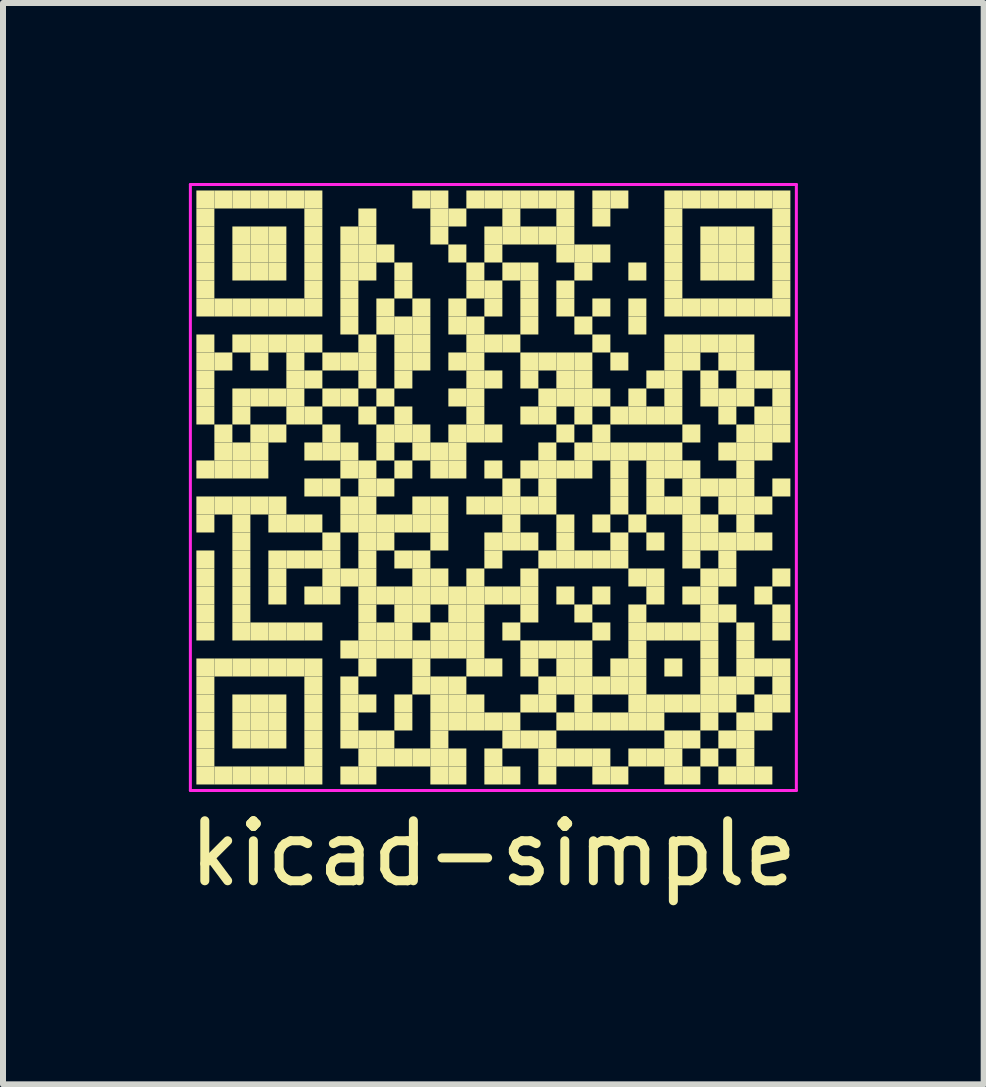
<source format=kicad_pcb>
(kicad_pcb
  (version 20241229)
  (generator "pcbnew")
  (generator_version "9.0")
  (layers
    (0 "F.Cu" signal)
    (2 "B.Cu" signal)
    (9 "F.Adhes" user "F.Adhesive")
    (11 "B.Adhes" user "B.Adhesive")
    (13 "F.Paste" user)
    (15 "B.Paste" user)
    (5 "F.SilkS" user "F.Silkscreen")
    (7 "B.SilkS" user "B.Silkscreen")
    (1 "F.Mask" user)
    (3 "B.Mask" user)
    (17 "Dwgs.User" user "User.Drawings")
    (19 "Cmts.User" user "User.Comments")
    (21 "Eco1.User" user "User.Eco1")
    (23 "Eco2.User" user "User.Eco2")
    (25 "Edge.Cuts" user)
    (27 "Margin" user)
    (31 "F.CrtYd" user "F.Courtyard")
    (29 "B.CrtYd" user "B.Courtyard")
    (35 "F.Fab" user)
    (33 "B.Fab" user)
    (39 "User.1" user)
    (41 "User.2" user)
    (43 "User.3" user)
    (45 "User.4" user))
  (footprint "kicad-simple"
    (layer "F.Cu")
    (at 5.173 5.075)
    (property "Reference" "kicad-simple" (at 0 6.1 0) (layer "F.SilkS") (effects (font (size 1 1) (thickness 0.15))))
    (attr through_hole)
    (fp_poly (pts (xy -4.65 -4.65) (xy -4.65 -4.95) (xy -4.95 -4.95) (xy -4.95 -4.65)) (stroke (width 0) (type solid)) (fill yes) (layer "F.SilkS"))
    (fp_poly (pts (xy -4.65 -4.35) (xy -4.65 -4.65) (xy -4.95 -4.65) (xy -4.95 -4.35)) (stroke (width 0) (type solid)) (fill yes) (layer "F.SilkS"))
    (fp_poly (pts (xy -4.65 -4.05) (xy -4.65 -4.35) (xy -4.95 -4.35) (xy -4.95 -4.05)) (stroke (width 0) (type solid)) (fill yes) (layer "F.SilkS"))
    (fp_poly (pts (xy -4.65 -3.75) (xy -4.65 -4.05) (xy -4.95 -4.05) (xy -4.95 -3.75)) (stroke (width 0) (type solid)) (fill yes) (layer "F.SilkS"))
    (fp_poly (pts (xy -4.65 -3.45) (xy -4.65 -3.75) (xy -4.95 -3.75) (xy -4.95 -3.45)) (stroke (width 0) (type solid)) (fill yes) (layer "F.SilkS"))
    (fp_poly (pts (xy -4.65 -3.15) (xy -4.65 -3.45) (xy -4.95 -3.45) (xy -4.95 -3.15)) (stroke (width 0) (type solid)) (fill yes) (layer "F.SilkS"))
    (fp_poly (pts (xy -4.65 -2.85) (xy -4.65 -3.15) (xy -4.95 -3.15) (xy -4.95 -2.85)) (stroke (width 0) (type solid)) (fill yes) (layer "F.SilkS"))
    (fp_poly (pts (xy -4.65 -2.25) (xy -4.65 -2.55) (xy -4.95 -2.55) (xy -4.95 -2.25)) (stroke (width 0) (type solid)) (fill yes) (layer "F.SilkS"))
    (fp_poly (pts (xy -4.65 -1.95) (xy -4.65 -2.25) (xy -4.95 -2.25) (xy -4.95 -1.95)) (stroke (width 0) (type solid)) (fill yes) (layer "F.SilkS"))
    (fp_poly (pts (xy -4.65 -1.65) (xy -4.65 -1.95) (xy -4.95 -1.95) (xy -4.95 -1.65)) (stroke (width 0) (type solid)) (fill yes) (layer "F.SilkS"))
    (fp_poly (pts (xy -4.65 -1.35) (xy -4.65 -1.65) (xy -4.95 -1.65) (xy -4.95 -1.35)) (stroke (width 0) (type solid)) (fill yes) (layer "F.SilkS"))
    (fp_poly (pts (xy -4.65 -1.05) (xy -4.65 -1.35) (xy -4.95 -1.35) (xy -4.95 -1.05)) (stroke (width 0) (type solid)) (fill yes) (layer "F.SilkS"))
    (fp_poly (pts (xy -4.65 -0.15) (xy -4.65 -0.45) (xy -4.95 -0.45) (xy -4.95 -0.15)) (stroke (width 0) (type solid)) (fill yes) (layer "F.SilkS"))
    (fp_poly (pts (xy -4.65 0.45) (xy -4.65 0.15) (xy -4.95 0.15) (xy -4.95 0.45)) (stroke (width 0) (type solid)) (fill yes) (layer "F.SilkS"))
    (fp_poly (pts (xy -4.65 0.75) (xy -4.65 0.45) (xy -4.95 0.45) (xy -4.95 0.75)) (stroke (width 0) (type solid)) (fill yes) (layer "F.SilkS"))
    (fp_poly (pts (xy -4.65 1.35) (xy -4.65 1.05) (xy -4.95 1.05) (xy -4.95 1.35)) (stroke (width 0) (type solid)) (fill yes) (layer "F.SilkS"))
    (fp_poly (pts (xy -4.65 1.65) (xy -4.65 1.35) (xy -4.95 1.35) (xy -4.95 1.65)) (stroke (width 0) (type solid)) (fill yes) (layer "F.SilkS"))
    (fp_poly (pts (xy -4.65 1.95) (xy -4.65 1.65) (xy -4.95 1.65) (xy -4.95 1.95)) (stroke (width 0) (type solid)) (fill yes) (layer "F.SilkS"))
    (fp_poly (pts (xy -4.65 2.25) (xy -4.65 1.95) (xy -4.95 1.95) (xy -4.95 2.25)) (stroke (width 0) (type solid)) (fill yes) (layer "F.SilkS"))
    (fp_poly (pts (xy -4.65 2.55) (xy -4.65 2.25) (xy -4.95 2.25) (xy -4.95 2.55)) (stroke (width 0) (type solid)) (fill yes) (layer "F.SilkS"))
    (fp_poly (pts (xy -4.65 3.15) (xy -4.65 2.85) (xy -4.95 2.85) (xy -4.95 3.15)) (stroke (width 0) (type solid)) (fill yes) (layer "F.SilkS"))
    (fp_poly (pts (xy -4.65 3.45) (xy -4.65 3.15) (xy -4.95 3.15) (xy -4.95 3.45)) (stroke (width 0) (type solid)) (fill yes) (layer "F.SilkS"))
    (fp_poly (pts (xy -4.65 3.75) (xy -4.65 3.45) (xy -4.95 3.45) (xy -4.95 3.75)) (stroke (width 0) (type solid)) (fill yes) (layer "F.SilkS"))
    (fp_poly (pts (xy -4.65 4.05) (xy -4.65 3.75) (xy -4.95 3.75) (xy -4.95 4.05)) (stroke (width 0) (type solid)) (fill yes) (layer "F.SilkS"))
    (fp_poly (pts (xy -4.65 4.35) (xy -4.65 4.05) (xy -4.95 4.05) (xy -4.95 4.35)) (stroke (width 0) (type solid)) (fill yes) (layer "F.SilkS"))
    (fp_poly (pts (xy -4.65 4.65) (xy -4.65 4.35) (xy -4.95 4.35) (xy -4.95 4.65)) (stroke (width 0) (type solid)) (fill yes) (layer "F.SilkS"))
    (fp_poly (pts (xy -4.65 4.95) (xy -4.65 4.65) (xy -4.95 4.65) (xy -4.95 4.95)) (stroke (width 0) (type solid)) (fill yes) (layer "F.SilkS"))
    (fp_poly (pts (xy -4.35 -4.65) (xy -4.35 -4.95) (xy -4.65 -4.95) (xy -4.65 -4.65)) (stroke (width 0) (type solid)) (fill yes) (layer "F.SilkS"))
    (fp_poly (pts (xy -4.35 -2.85) (xy -4.35 -3.15) (xy -4.65 -3.15) (xy -4.65 -2.85)) (stroke (width 0) (type solid)) (fill yes) (layer "F.SilkS"))
    (fp_poly (pts (xy -4.35 -1.95) (xy -4.35 -2.25) (xy -4.65 -2.25) (xy -4.65 -1.95)) (stroke (width 0) (type solid)) (fill yes) (layer "F.SilkS"))
    (fp_poly (pts (xy -4.35 -0.75) (xy -4.35 -1.05) (xy -4.65 -1.05) (xy -4.65 -0.75)) (stroke (width 0) (type solid)) (fill yes) (layer "F.SilkS"))
    (fp_poly (pts (xy -4.35 -0.45) (xy -4.35 -0.75) (xy -4.65 -0.75) (xy -4.65 -0.45)) (stroke (width 0) (type solid)) (fill yes) (layer "F.SilkS"))
    (fp_poly (pts (xy -4.35 -0.15) (xy -4.35 -0.45) (xy -4.65 -0.45) (xy -4.65 -0.15)) (stroke (width 0) (type solid)) (fill yes) (layer "F.SilkS"))
    (fp_poly (pts (xy -4.35 0.45) (xy -4.35 0.15) (xy -4.65 0.15) (xy -4.65 0.45)) (stroke (width 0) (type solid)) (fill yes) (layer "F.SilkS"))
    (fp_poly (pts (xy -4.35 3.15) (xy -4.35 2.85) (xy -4.65 2.85) (xy -4.65 3.15)) (stroke (width 0) (type solid)) (fill yes) (layer "F.SilkS"))
    (fp_poly (pts (xy -4.35 4.95) (xy -4.35 4.65) (xy -4.65 4.65) (xy -4.65 4.95)) (stroke (width 0) (type solid)) (fill yes) (layer "F.SilkS"))
    (fp_poly (pts (xy -4.05 -4.65) (xy -4.05 -4.95) (xy -4.35 -4.95) (xy -4.35 -4.65)) (stroke (width 0) (type solid)) (fill yes) (layer "F.SilkS"))
    (fp_poly (pts (xy -4.05 -4.05) (xy -4.05 -4.35) (xy -4.35 -4.35) (xy -4.35 -4.05)) (stroke (width 0) (type solid)) (fill yes) (layer "F.SilkS"))
    (fp_poly (pts (xy -4.05 -3.75) (xy -4.05 -4.05) (xy -4.35 -4.05) (xy -4.35 -3.75)) (stroke (width 0) (type solid)) (fill yes) (layer "F.SilkS"))
    (fp_poly (pts (xy -4.05 -3.45) (xy -4.05 -3.75) (xy -4.35 -3.75) (xy -4.35 -3.45)) (stroke (width 0) (type solid)) (fill yes) (layer "F.SilkS"))
    (fp_poly (pts (xy -4.05 -2.85) (xy -4.05 -3.15) (xy -4.35 -3.15) (xy -4.35 -2.85)) (stroke (width 0) (type solid)) (fill yes) (layer "F.SilkS"))
    (fp_poly (pts (xy -4.05 -2.25) (xy -4.05 -2.55) (xy -4.35 -2.55) (xy -4.35 -2.25)) (stroke (width 0) (type solid)) (fill yes) (layer "F.SilkS"))
    (fp_poly (pts (xy -4.05 -1.35) (xy -4.05 -1.65) (xy -4.35 -1.65) (xy -4.35 -1.35)) (stroke (width 0) (type solid)) (fill yes) (layer "F.SilkS"))
    (fp_poly (pts (xy -4.05 -1.05) (xy -4.05 -1.35) (xy -4.35 -1.35) (xy -4.35 -1.05)) (stroke (width 0) (type solid)) (fill yes) (layer "F.SilkS"))
    (fp_poly (pts (xy -4.05 -0.45) (xy -4.05 -0.75) (xy -4.35 -0.75) (xy -4.35 -0.45)) (stroke (width 0) (type solid)) (fill yes) (layer "F.SilkS"))
    (fp_poly (pts (xy -4.05 -0.15) (xy -4.05 -0.45) (xy -4.35 -0.45) (xy -4.35 -0.15)) (stroke (width 0) (type solid)) (fill yes) (layer "F.SilkS"))
    (fp_poly (pts (xy -4.05 0.45) (xy -4.05 0.15) (xy -4.35 0.15) (xy -4.35 0.45)) (stroke (width 0) (type solid)) (fill yes) (layer "F.SilkS"))
    (fp_poly (pts (xy -4.05 0.75) (xy -4.05 0.45) (xy -4.35 0.45) (xy -4.35 0.75)) (stroke (width 0) (type solid)) (fill yes) (layer "F.SilkS"))
    (fp_poly (pts (xy -4.05 1.05) (xy -4.05 0.75) (xy -4.35 0.75) (xy -4.35 1.05)) (stroke (width 0) (type solid)) (fill yes) (layer "F.SilkS"))
    (fp_poly (pts (xy -4.05 1.35) (xy -4.05 1.05) (xy -4.35 1.05) (xy -4.35 1.35)) (stroke (width 0) (type solid)) (fill yes) (layer "F.SilkS"))
    (fp_poly (pts (xy -4.05 1.65) (xy -4.05 1.35) (xy -4.35 1.35) (xy -4.35 1.65)) (stroke (width 0) (type solid)) (fill yes) (layer "F.SilkS"))
    (fp_poly (pts (xy -4.05 1.95) (xy -4.05 1.65) (xy -4.35 1.65) (xy -4.35 1.95)) (stroke (width 0) (type solid)) (fill yes) (layer "F.SilkS"))
    (fp_poly (pts (xy -4.05 2.25) (xy -4.05 1.95) (xy -4.35 1.95) (xy -4.35 2.25)) (stroke (width 0) (type solid)) (fill yes) (layer "F.SilkS"))
    (fp_poly (pts (xy -4.05 2.55) (xy -4.05 2.25) (xy -4.35 2.25) (xy -4.35 2.55)) (stroke (width 0) (type solid)) (fill yes) (layer "F.SilkS"))
    (fp_poly (pts (xy -4.05 3.15) (xy -4.05 2.85) (xy -4.35 2.85) (xy -4.35 3.15)) (stroke (width 0) (type solid)) (fill yes) (layer "F.SilkS"))
    (fp_poly (pts (xy -4.05 3.75) (xy -4.05 3.45) (xy -4.35 3.45) (xy -4.35 3.75)) (stroke (width 0) (type solid)) (fill yes) (layer "F.SilkS"))
    (fp_poly (pts (xy -4.05 4.05) (xy -4.05 3.75) (xy -4.35 3.75) (xy -4.35 4.05)) (stroke (width 0) (type solid)) (fill yes) (layer "F.SilkS"))
    (fp_poly (pts (xy -4.05 4.35) (xy -4.05 4.05) (xy -4.35 4.05) (xy -4.35 4.35)) (stroke (width 0) (type solid)) (fill yes) (layer "F.SilkS"))
    (fp_poly (pts (xy -4.05 4.95) (xy -4.05 4.65) (xy -4.35 4.65) (xy -4.35 4.95)) (stroke (width 0) (type solid)) (fill yes) (layer "F.SilkS"))
    (fp_poly (pts (xy -3.75 -4.65) (xy -3.75 -4.95) (xy -4.05 -4.95) (xy -4.05 -4.65)) (stroke (width 0) (type solid)) (fill yes) (layer "F.SilkS"))
    (fp_poly (pts (xy -3.75 -4.05) (xy -3.75 -4.35) (xy -4.05 -4.35) (xy -4.05 -4.05)) (stroke (width 0) (type solid)) (fill yes) (layer "F.SilkS"))
    (fp_poly (pts (xy -3.75 -3.75) (xy -3.75 -4.05) (xy -4.05 -4.05) (xy -4.05 -3.75)) (stroke (width 0) (type solid)) (fill yes) (layer "F.SilkS"))
    (fp_poly (pts (xy -3.75 -3.45) (xy -3.75 -3.75) (xy -4.05 -3.75) (xy -4.05 -3.45)) (stroke (width 0) (type solid)) (fill yes) (layer "F.SilkS"))
    (fp_poly (pts (xy -3.75 -2.85) (xy -3.75 -3.15) (xy -4.05 -3.15) (xy -4.05 -2.85)) (stroke (width 0) (type solid)) (fill yes) (layer "F.SilkS"))
    (fp_poly (pts (xy -3.75 -2.25) (xy -3.75 -2.55) (xy -4.05 -2.55) (xy -4.05 -2.25)) (stroke (width 0) (type solid)) (fill yes) (layer "F.SilkS"))
    (fp_poly (pts (xy -3.75 -1.95) (xy -3.75 -2.25) (xy -4.05 -2.25) (xy -4.05 -1.95)) (stroke (width 0) (type solid)) (fill yes) (layer "F.SilkS"))
    (fp_poly (pts (xy -3.75 -1.35) (xy -3.75 -1.65) (xy -4.05 -1.65) (xy -4.05 -1.35)) (stroke (width 0) (type solid)) (fill yes) (layer "F.SilkS"))
    (fp_poly (pts (xy -3.75 -0.75) (xy -3.75 -1.05) (xy -4.05 -1.05) (xy -4.05 -0.75)) (stroke (width 0) (type solid)) (fill yes) (layer "F.SilkS"))
    (fp_poly (pts (xy -3.75 -0.45) (xy -3.75 -0.75) (xy -4.05 -0.75) (xy -4.05 -0.45)) (stroke (width 0) (type solid)) (fill yes) (layer "F.SilkS"))
    (fp_poly (pts (xy -3.75 -0.15) (xy -3.75 -0.45) (xy -4.05 -0.45) (xy -4.05 -0.15)) (stroke (width 0) (type solid)) (fill yes) (layer "F.SilkS"))
    (fp_poly (pts (xy -3.75 0.45) (xy -3.75 0.15) (xy -4.05 0.15) (xy -4.05 0.45)) (stroke (width 0) (type solid)) (fill yes) (layer "F.SilkS"))
    (fp_poly (pts (xy -3.75 2.55) (xy -3.75 2.25) (xy -4.05 2.25) (xy -4.05 2.55)) (stroke (width 0) (type solid)) (fill yes) (layer "F.SilkS"))
    (fp_poly (pts (xy -3.75 3.15) (xy -3.75 2.85) (xy -4.05 2.85) (xy -4.05 3.15)) (stroke (width 0) (type solid)) (fill yes) (layer "F.SilkS"))
    (fp_poly (pts (xy -3.75 3.75) (xy -3.75 3.45) (xy -4.05 3.45) (xy -4.05 3.75)) (stroke (width 0) (type solid)) (fill yes) (layer "F.SilkS"))
    (fp_poly (pts (xy -3.75 4.05) (xy -3.75 3.75) (xy -4.05 3.75) (xy -4.05 4.05)) (stroke (width 0) (type solid)) (fill yes) (layer "F.SilkS"))
    (fp_poly (pts (xy -3.75 4.35) (xy -3.75 4.05) (xy -4.05 4.05) (xy -4.05 4.35)) (stroke (width 0) (type solid)) (fill yes) (layer "F.SilkS"))
    (fp_poly (pts (xy -3.75 4.95) (xy -3.75 4.65) (xy -4.05 4.65) (xy -4.05 4.95)) (stroke (width 0) (type solid)) (fill yes) (layer "F.SilkS"))
    (fp_poly (pts (xy -3.45 -4.65) (xy -3.45 -4.95) (xy -3.75 -4.95) (xy -3.75 -4.65)) (stroke (width 0) (type solid)) (fill yes) (layer "F.SilkS"))
    (fp_poly (pts (xy -3.45 -4.05) (xy -3.45 -4.35) (xy -3.75 -4.35) (xy -3.75 -4.05)) (stroke (width 0) (type solid)) (fill yes) (layer "F.SilkS"))
    (fp_poly (pts (xy -3.45 -3.75) (xy -3.45 -4.05) (xy -3.75 -4.05) (xy -3.75 -3.75)) (stroke (width 0) (type solid)) (fill yes) (layer "F.SilkS"))
    (fp_poly (pts (xy -3.45 -3.45) (xy -3.45 -3.75) (xy -3.75 -3.75) (xy -3.75 -3.45)) (stroke (width 0) (type solid)) (fill yes) (layer "F.SilkS"))
    (fp_poly (pts (xy -3.45 -2.85) (xy -3.45 -3.15) (xy -3.75 -3.15) (xy -3.75 -2.85)) (stroke (width 0) (type solid)) (fill yes) (layer "F.SilkS"))
    (fp_poly (pts (xy -3.45 -2.25) (xy -3.45 -2.55) (xy -3.75 -2.55) (xy -3.75 -2.25)) (stroke (width 0) (type solid)) (fill yes) (layer "F.SilkS"))
    (fp_poly (pts (xy -3.45 -1.35) (xy -3.45 -1.65) (xy -3.75 -1.65) (xy -3.75 -1.35)) (stroke (width 0) (type solid)) (fill yes) (layer "F.SilkS"))
    (fp_poly (pts (xy -3.45 -0.75) (xy -3.45 -1.05) (xy -3.75 -1.05) (xy -3.75 -0.75)) (stroke (width 0) (type solid)) (fill yes) (layer "F.SilkS"))
    (fp_poly (pts (xy -3.45 0.45) (xy -3.45 0.15) (xy -3.75 0.15) (xy -3.75 0.45)) (stroke (width 0) (type solid)) (fill yes) (layer "F.SilkS"))
    (fp_poly (pts (xy -3.45 0.75) (xy -3.45 0.45) (xy -3.75 0.45) (xy -3.75 0.75)) (stroke (width 0) (type solid)) (fill yes) (layer "F.SilkS"))
    (fp_poly (pts (xy -3.45 1.35) (xy -3.45 1.05) (xy -3.75 1.05) (xy -3.75 1.35)) (stroke (width 0) (type solid)) (fill yes) (layer "F.SilkS"))
    (fp_poly (pts (xy -3.45 1.65) (xy -3.45 1.35) (xy -3.75 1.35) (xy -3.75 1.65)) (stroke (width 0) (type solid)) (fill yes) (layer "F.SilkS"))
    (fp_poly (pts (xy -3.45 1.95) (xy -3.45 1.65) (xy -3.75 1.65) (xy -3.75 1.95)) (stroke (width 0) (type solid)) (fill yes) (layer "F.SilkS"))
    (fp_poly (pts (xy -3.45 2.55) (xy -3.45 2.25) (xy -3.75 2.25) (xy -3.75 2.55)) (stroke (width 0) (type solid)) (fill yes) (layer "F.SilkS"))
    (fp_poly (pts (xy -3.45 3.15) (xy -3.45 2.85) (xy -3.75 2.85) (xy -3.75 3.15)) (stroke (width 0) (type solid)) (fill yes) (layer "F.SilkS"))
    (fp_poly (pts (xy -3.45 3.75) (xy -3.45 3.45) (xy -3.75 3.45) (xy -3.75 3.75)) (stroke (width 0) (type solid)) (fill yes) (layer "F.SilkS"))
    (fp_poly (pts (xy -3.45 4.05) (xy -3.45 3.75) (xy -3.75 3.75) (xy -3.75 4.05)) (stroke (width 0) (type solid)) (fill yes) (layer "F.SilkS"))
    (fp_poly (pts (xy -3.45 4.35) (xy -3.45 4.05) (xy -3.75 4.05) (xy -3.75 4.35)) (stroke (width 0) (type solid)) (fill yes) (layer "F.SilkS"))
    (fp_poly (pts (xy -3.45 4.95) (xy -3.45 4.65) (xy -3.75 4.65) (xy -3.75 4.95)) (stroke (width 0) (type solid)) (fill yes) (layer "F.SilkS"))
    (fp_poly (pts (xy -3.15 -4.65) (xy -3.15 -4.95) (xy -3.45 -4.95) (xy -3.45 -4.65)) (stroke (width 0) (type solid)) (fill yes) (layer "F.SilkS"))
    (fp_poly (pts (xy -3.15 -2.85) (xy -3.15 -3.15) (xy -3.45 -3.15) (xy -3.45 -2.85)) (stroke (width 0) (type solid)) (fill yes) (layer "F.SilkS"))
    (fp_poly (pts (xy -3.15 -2.25) (xy -3.15 -2.55) (xy -3.45 -2.55) (xy -3.45 -2.25)) (stroke (width 0) (type solid)) (fill yes) (layer "F.SilkS"))
    (fp_poly (pts (xy -3.15 -1.95) (xy -3.15 -2.25) (xy -3.45 -2.25) (xy -3.45 -1.95)) (stroke (width 0) (type solid)) (fill yes) (layer "F.SilkS"))
    (fp_poly (pts (xy -3.15 -1.65) (xy -3.15 -1.95) (xy -3.45 -1.95) (xy -3.45 -1.65)) (stroke (width 0) (type solid)) (fill yes) (layer "F.SilkS"))
    (fp_poly (pts (xy -3.15 -1.35) (xy -3.15 -1.65) (xy -3.45 -1.65) (xy -3.45 -1.35)) (stroke (width 0) (type solid)) (fill yes) (layer "F.SilkS"))
    (fp_poly (pts (xy -3.15 -1.05) (xy -3.15 -1.35) (xy -3.45 -1.35) (xy -3.45 -1.05)) (stroke (width 0) (type solid)) (fill yes) (layer "F.SilkS"))
    (fp_poly (pts (xy -3.15 0.75) (xy -3.15 0.45) (xy -3.45 0.45) (xy -3.45 0.75)) (stroke (width 0) (type solid)) (fill yes) (layer "F.SilkS"))
    (fp_poly (pts (xy -3.15 1.35) (xy -3.15 1.05) (xy -3.45 1.05) (xy -3.45 1.35)) (stroke (width 0) (type solid)) (fill yes) (layer "F.SilkS"))
    (fp_poly (pts (xy -3.15 2.55) (xy -3.15 2.25) (xy -3.45 2.25) (xy -3.45 2.55)) (stroke (width 0) (type solid)) (fill yes) (layer "F.SilkS"))
    (fp_poly (pts (xy -3.15 3.15) (xy -3.15 2.85) (xy -3.45 2.85) (xy -3.45 3.15)) (stroke (width 0) (type solid)) (fill yes) (layer "F.SilkS"))
    (fp_poly (pts (xy -3.15 4.95) (xy -3.15 4.65) (xy -3.45 4.65) (xy -3.45 4.95)) (stroke (width 0) (type solid)) (fill yes) (layer "F.SilkS"))
    (fp_poly (pts (xy -2.85 -4.65) (xy -2.85 -4.95) (xy -3.15 -4.95) (xy -3.15 -4.65)) (stroke (width 0) (type solid)) (fill yes) (layer "F.SilkS"))
    (fp_poly (pts (xy -2.85 -4.35) (xy -2.85 -4.65) (xy -3.15 -4.65) (xy -3.15 -4.35)) (stroke (width 0) (type solid)) (fill yes) (layer "F.SilkS"))
    (fp_poly (pts (xy -2.85 -4.05) (xy -2.85 -4.35) (xy -3.15 -4.35) (xy -3.15 -4.05)) (stroke (width 0) (type solid)) (fill yes) (layer "F.SilkS"))
    (fp_poly (pts (xy -2.85 -3.75) (xy -2.85 -4.05) (xy -3.15 -4.05) (xy -3.15 -3.75)) (stroke (width 0) (type solid)) (fill yes) (layer "F.SilkS"))
    (fp_poly (pts (xy -2.85 -3.45) (xy -2.85 -3.75) (xy -3.15 -3.75) (xy -3.15 -3.45)) (stroke (width 0) (type solid)) (fill yes) (layer "F.SilkS"))
    (fp_poly (pts (xy -2.85 -3.15) (xy -2.85 -3.45) (xy -3.15 -3.45) (xy -3.15 -3.15)) (stroke (width 0) (type solid)) (fill yes) (layer "F.SilkS"))
    (fp_poly (pts (xy -2.85 -2.85) (xy -2.85 -3.15) (xy -3.15 -3.15) (xy -3.15 -2.85)) (stroke (width 0) (type solid)) (fill yes) (layer "F.SilkS"))
    (fp_poly (pts (xy -2.85 -2.25) (xy -2.85 -2.55) (xy -3.15 -2.55) (xy -3.15 -2.25)) (stroke (width 0) (type solid)) (fill yes) (layer "F.SilkS"))
    (fp_poly (pts (xy -2.85 -1.65) (xy -2.85 -1.95) (xy -3.15 -1.95) (xy -3.15 -1.65)) (stroke (width 0) (type solid)) (fill yes) (layer "F.SilkS"))
    (fp_poly (pts (xy -2.85 -1.05) (xy -2.85 -1.35) (xy -3.15 -1.35) (xy -3.15 -1.05)) (stroke (width 0) (type solid)) (fill yes) (layer "F.SilkS"))
    (fp_poly (pts (xy -2.85 -0.45) (xy -2.85 -0.75) (xy -3.15 -0.75) (xy -3.15 -0.45)) (stroke (width 0) (type solid)) (fill yes) (layer "F.SilkS"))
    (fp_poly (pts (xy -2.85 0.15) (xy -2.85 -0.15) (xy -3.15 -0.15) (xy -3.15 0.15)) (stroke (width 0) (type solid)) (fill yes) (layer "F.SilkS"))
    (fp_poly (pts (xy -2.85 0.75) (xy -2.85 0.45) (xy -3.15 0.45) (xy -3.15 0.75)) (stroke (width 0) (type solid)) (fill yes) (layer "F.SilkS"))
    (fp_poly (pts (xy -2.85 1.35) (xy -2.85 1.05) (xy -3.15 1.05) (xy -3.15 1.35)) (stroke (width 0) (type solid)) (fill yes) (layer "F.SilkS"))
    (fp_poly (pts (xy -2.85 1.95) (xy -2.85 1.65) (xy -3.15 1.65) (xy -3.15 1.95)) (stroke (width 0) (type solid)) (fill yes) (layer "F.SilkS"))
    (fp_poly (pts (xy -2.85 2.55) (xy -2.85 2.25) (xy -3.15 2.25) (xy -3.15 2.55)) (stroke (width 0) (type solid)) (fill yes) (layer "F.SilkS"))
    (fp_poly (pts (xy -2.85 3.15) (xy -2.85 2.85) (xy -3.15 2.85) (xy -3.15 3.15)) (stroke (width 0) (type solid)) (fill yes) (layer "F.SilkS"))
    (fp_poly (pts (xy -2.85 3.45) (xy -2.85 3.15) (xy -3.15 3.15) (xy -3.15 3.45)) (stroke (width 0) (type solid)) (fill yes) (layer "F.SilkS"))
    (fp_poly (pts (xy -2.85 3.75) (xy -2.85 3.45) (xy -3.15 3.45) (xy -3.15 3.75)) (stroke (width 0) (type solid)) (fill yes) (layer "F.SilkS"))
    (fp_poly (pts (xy -2.85 4.05) (xy -2.85 3.75) (xy -3.15 3.75) (xy -3.15 4.05)) (stroke (width 0) (type solid)) (fill yes) (layer "F.SilkS"))
    (fp_poly (pts (xy -2.85 4.35) (xy -2.85 4.05) (xy -3.15 4.05) (xy -3.15 4.35)) (stroke (width 0) (type solid)) (fill yes) (layer "F.SilkS"))
    (fp_poly (pts (xy -2.85 4.65) (xy -2.85 4.35) (xy -3.15 4.35) (xy -3.15 4.65)) (stroke (width 0) (type solid)) (fill yes) (layer "F.SilkS"))
    (fp_poly (pts (xy -2.85 4.95) (xy -2.85 4.65) (xy -3.15 4.65) (xy -3.15 4.95)) (stroke (width 0) (type solid)) (fill yes) (layer "F.SilkS"))
    (fp_poly (pts (xy -2.55 -1.95) (xy -2.55 -2.25) (xy -2.85 -2.25) (xy -2.85 -1.95)) (stroke (width 0) (type solid)) (fill yes) (layer "F.SilkS"))
    (fp_poly (pts (xy -2.55 -1.35) (xy -2.55 -1.65) (xy -2.85 -1.65) (xy -2.85 -1.35)) (stroke (width 0) (type solid)) (fill yes) (layer "F.SilkS"))
    (fp_poly (pts (xy -2.55 -0.75) (xy -2.55 -1.05) (xy -2.85 -1.05) (xy -2.85 -0.75)) (stroke (width 0) (type solid)) (fill yes) (layer "F.SilkS"))
    (fp_poly (pts (xy -2.55 -0.45) (xy -2.55 -0.75) (xy -2.85 -0.75) (xy -2.85 -0.45)) (stroke (width 0) (type solid)) (fill yes) (layer "F.SilkS"))
    (fp_poly (pts (xy -2.55 0.15) (xy -2.55 -0.15) (xy -2.85 -0.15) (xy -2.85 0.15)) (stroke (width 0) (type solid)) (fill yes) (layer "F.SilkS"))
    (fp_poly (pts (xy -2.55 1.05) (xy -2.55 0.75) (xy -2.85 0.75) (xy -2.85 1.05)) (stroke (width 0) (type solid)) (fill yes) (layer "F.SilkS"))
    (fp_poly (pts (xy -2.55 1.35) (xy -2.55 1.05) (xy -2.85 1.05) (xy -2.85 1.35)) (stroke (width 0) (type solid)) (fill yes) (layer "F.SilkS"))
    (fp_poly (pts (xy -2.55 1.65) (xy -2.55 1.35) (xy -2.85 1.35) (xy -2.85 1.65)) (stroke (width 0) (type solid)) (fill yes) (layer "F.SilkS"))
    (fp_poly (pts (xy -2.55 1.95) (xy -2.55 1.65) (xy -2.85 1.65) (xy -2.85 1.95)) (stroke (width 0) (type solid)) (fill yes) (layer "F.SilkS"))
    (fp_poly (pts (xy -2.25 -4.05) (xy -2.25 -4.35) (xy -2.55 -4.35) (xy -2.55 -4.05)) (stroke (width 0) (type solid)) (fill yes) (layer "F.SilkS"))
    (fp_poly (pts (xy -2.25 -3.75) (xy -2.25 -4.05) (xy -2.55 -4.05) (xy -2.55 -3.75)) (stroke (width 0) (type solid)) (fill yes) (layer "F.SilkS"))
    (fp_poly (pts (xy -2.25 -3.45) (xy -2.25 -3.75) (xy -2.55 -3.75) (xy -2.55 -3.45)) (stroke (width 0) (type solid)) (fill yes) (layer "F.SilkS"))
    (fp_poly (pts (xy -2.25 -3.15) (xy -2.25 -3.45) (xy -2.55 -3.45) (xy -2.55 -3.15)) (stroke (width 0) (type solid)) (fill yes) (layer "F.SilkS"))
    (fp_poly (pts (xy -2.25 -2.85) (xy -2.25 -3.15) (xy -2.55 -3.15) (xy -2.55 -2.85)) (stroke (width 0) (type solid)) (fill yes) (layer "F.SilkS"))
    (fp_poly (pts (xy -2.25 -2.55) (xy -2.25 -2.85) (xy -2.55 -2.85) (xy -2.55 -2.55)) (stroke (width 0) (type solid)) (fill yes) (layer "F.SilkS"))
    (fp_poly (pts (xy -2.25 -1.95) (xy -2.25 -2.25) (xy -2.55 -2.25) (xy -2.55 -1.95)) (stroke (width 0) (type solid)) (fill yes) (layer "F.SilkS"))
    (fp_poly (pts (xy -2.25 -1.35) (xy -2.25 -1.65) (xy -2.55 -1.65) (xy -2.55 -1.35)) (stroke (width 0) (type solid)) (fill yes) (layer "F.SilkS"))
    (fp_poly (pts (xy -2.25 -0.45) (xy -2.25 -0.75) (xy -2.55 -0.75) (xy -2.55 -0.45)) (stroke (width 0) (type solid)) (fill yes) (layer "F.SilkS"))
    (fp_poly (pts (xy -2.25 -0.15) (xy -2.25 -0.45) (xy -2.55 -0.45) (xy -2.55 -0.15)) (stroke (width 0) (type solid)) (fill yes) (layer "F.SilkS"))
    (fp_poly (pts (xy -2.25 0.45) (xy -2.25 0.15) (xy -2.55 0.15) (xy -2.55 0.45)) (stroke (width 0) (type solid)) (fill yes) (layer "F.SilkS"))
    (fp_poly (pts (xy -2.25 0.75) (xy -2.25 0.45) (xy -2.55 0.45) (xy -2.55 0.75)) (stroke (width 0) (type solid)) (fill yes) (layer "F.SilkS"))
    (fp_poly (pts (xy -2.25 1.65) (xy -2.25 1.35) (xy -2.55 1.35) (xy -2.55 1.65)) (stroke (width 0) (type solid)) (fill yes) (layer "F.SilkS"))
    (fp_poly (pts (xy -2.25 2.85) (xy -2.25 2.55) (xy -2.55 2.55) (xy -2.55 2.85)) (stroke (width 0) (type solid)) (fill yes) (layer "F.SilkS"))
    (fp_poly (pts (xy -2.25 3.45) (xy -2.25 3.15) (xy -2.55 3.15) (xy -2.55 3.45)) (stroke (width 0) (type solid)) (fill yes) (layer "F.SilkS"))
    (fp_poly (pts (xy -2.25 3.75) (xy -2.25 3.45) (xy -2.55 3.45) (xy -2.55 3.75)) (stroke (width 0) (type solid)) (fill yes) (layer "F.SilkS"))
    (fp_poly (pts (xy -2.25 4.05) (xy -2.25 3.75) (xy -2.55 3.75) (xy -2.55 4.05)) (stroke (width 0) (type solid)) (fill yes) (layer "F.SilkS"))
    (fp_poly (pts (xy -2.25 4.35) (xy -2.25 4.05) (xy -2.55 4.05) (xy -2.55 4.35)) (stroke (width 0) (type solid)) (fill yes) (layer "F.SilkS"))
    (fp_poly (pts (xy -2.25 4.95) (xy -2.25 4.65) (xy -2.55 4.65) (xy -2.55 4.95)) (stroke (width 0) (type solid)) (fill yes) (layer "F.SilkS"))
    (fp_poly (pts (xy -1.95 -4.35) (xy -1.95 -4.65) (xy -2.25 -4.65) (xy -2.25 -4.35)) (stroke (width 0) (type solid)) (fill yes) (layer "F.SilkS"))
    (fp_poly (pts (xy -1.95 -4.05) (xy -1.95 -4.35) (xy -2.25 -4.35) (xy -2.25 -4.05)) (stroke (width 0) (type solid)) (fill yes) (layer "F.SilkS"))
    (fp_poly (pts (xy -1.95 -3.75) (xy -1.95 -4.05) (xy -2.25 -4.05) (xy -2.25 -3.75)) (stroke (width 0) (type solid)) (fill yes) (layer "F.SilkS"))
    (fp_poly (pts (xy -1.95 -3.45) (xy -1.95 -3.75) (xy -2.25 -3.75) (xy -2.25 -3.45)) (stroke (width 0) (type solid)) (fill yes) (layer "F.SilkS"))
    (fp_poly (pts (xy -1.95 -2.25) (xy -1.95 -2.55) (xy -2.25 -2.55) (xy -2.25 -2.25)) (stroke (width 0) (type solid)) (fill yes) (layer "F.SilkS"))
    (fp_poly (pts (xy -1.95 -1.95) (xy -1.95 -2.25) (xy -2.25 -2.25) (xy -2.25 -1.95)) (stroke (width 0) (type solid)) (fill yes) (layer "F.SilkS"))
    (fp_poly (pts (xy -1.95 -1.65) (xy -1.95 -1.95) (xy -2.25 -1.95) (xy -2.25 -1.65)) (stroke (width 0) (type solid)) (fill yes) (layer "F.SilkS"))
    (fp_poly (pts (xy -1.95 -1.05) (xy -1.95 -1.35) (xy -2.25 -1.35) (xy -2.25 -1.05)) (stroke (width 0) (type solid)) (fill yes) (layer "F.SilkS"))
    (fp_poly (pts (xy -1.95 -0.15) (xy -1.95 -0.45) (xy -2.25 -0.45) (xy -2.25 -0.15)) (stroke (width 0) (type solid)) (fill yes) (layer "F.SilkS"))
    (fp_poly (pts (xy -1.95 0.15) (xy -1.95 -0.15) (xy -2.25 -0.15) (xy -2.25 0.15)) (stroke (width 0) (type solid)) (fill yes) (layer "F.SilkS"))
    (fp_poly (pts (xy -1.95 0.45) (xy -1.95 0.15) (xy -2.25 0.15) (xy -2.25 0.45)) (stroke (width 0) (type solid)) (fill yes) (layer "F.SilkS"))
    (fp_poly (pts (xy -1.95 0.75) (xy -1.95 0.45) (xy -2.25 0.45) (xy -2.25 0.75)) (stroke (width 0) (type solid)) (fill yes) (layer "F.SilkS"))
    (fp_poly (pts (xy -1.95 1.05) (xy -1.95 0.75) (xy -2.25 0.75) (xy -2.25 1.05)) (stroke (width 0) (type solid)) (fill yes) (layer "F.SilkS"))
    (fp_poly (pts (xy -1.95 1.35) (xy -1.95 1.05) (xy -2.25 1.05) (xy -2.25 1.35)) (stroke (width 0) (type solid)) (fill yes) (layer "F.SilkS"))
    (fp_poly (pts (xy -1.95 1.65) (xy -1.95 1.35) (xy -2.25 1.35) (xy -2.25 1.65)) (stroke (width 0) (type solid)) (fill yes) (layer "F.SilkS"))
    (fp_poly (pts (xy -1.95 1.95) (xy -1.95 1.65) (xy -2.25 1.65) (xy -2.25 1.95)) (stroke (width 0) (type solid)) (fill yes) (layer "F.SilkS"))
    (fp_poly (pts (xy -1.95 2.25) (xy -1.95 1.95) (xy -2.25 1.95) (xy -2.25 2.25)) (stroke (width 0) (type solid)) (fill yes) (layer "F.SilkS"))
    (fp_poly (pts (xy -1.95 2.55) (xy -1.95 2.25) (xy -2.25 2.25) (xy -2.25 2.55)) (stroke (width 0) (type solid)) (fill yes) (layer "F.SilkS"))
    (fp_poly (pts (xy -1.95 2.85) (xy -1.95 2.55) (xy -2.25 2.55) (xy -2.25 2.85)) (stroke (width 0) (type solid)) (fill yes) (layer "F.SilkS"))
    (fp_poly (pts (xy -1.95 3.15) (xy -1.95 2.85) (xy -2.25 2.85) (xy -2.25 3.15)) (stroke (width 0) (type solid)) (fill yes) (layer "F.SilkS"))
    (fp_poly (pts (xy -1.95 3.75) (xy -1.95 3.45) (xy -2.25 3.45) (xy -2.25 3.75)) (stroke (width 0) (type solid)) (fill yes) (layer "F.SilkS"))
    (fp_poly (pts (xy -1.95 4.35) (xy -1.95 4.05) (xy -2.25 4.05) (xy -2.25 4.35)) (stroke (width 0) (type solid)) (fill yes) (layer "F.SilkS"))
    (fp_poly (pts (xy -1.95 4.65) (xy -1.95 4.35) (xy -2.25 4.35) (xy -2.25 4.65)) (stroke (width 0) (type solid)) (fill yes) (layer "F.SilkS"))
    (fp_poly (pts (xy -1.95 4.95) (xy -1.95 4.65) (xy -2.25 4.65) (xy -2.25 4.95)) (stroke (width 0) (type solid)) (fill yes) (layer "F.SilkS"))
    (fp_poly (pts (xy -1.65 -3.75) (xy -1.65 -4.05) (xy -1.95 -4.05) (xy -1.95 -3.75)) (stroke (width 0) (type solid)) (fill yes) (layer "F.SilkS"))
    (fp_poly (pts (xy -1.65 -2.85) (xy -1.65 -3.15) (xy -1.95 -3.15) (xy -1.95 -2.85)) (stroke (width 0) (type solid)) (fill yes) (layer "F.SilkS"))
    (fp_poly (pts (xy -1.65 -2.55) (xy -1.65 -2.85) (xy -1.95 -2.85) (xy -1.95 -2.55)) (stroke (width 0) (type solid)) (fill yes) (layer "F.SilkS"))
    (fp_poly (pts (xy -1.65 -1.35) (xy -1.65 -1.65) (xy -1.95 -1.65) (xy -1.95 -1.35)) (stroke (width 0) (type solid)) (fill yes) (layer "F.SilkS"))
    (fp_poly (pts (xy -1.65 -0.75) (xy -1.65 -1.05) (xy -1.95 -1.05) (xy -1.95 -0.75)) (stroke (width 0) (type solid)) (fill yes) (layer "F.SilkS"))
    (fp_poly (pts (xy -1.65 -0.45) (xy -1.65 -0.75) (xy -1.95 -0.75) (xy -1.95 -0.45)) (stroke (width 0) (type solid)) (fill yes) (layer "F.SilkS"))
    (fp_poly (pts (xy -1.65 0.15) (xy -1.65 -0.15) (xy -1.95 -0.15) (xy -1.95 0.15)) (stroke (width 0) (type solid)) (fill yes) (layer "F.SilkS"))
    (fp_poly (pts (xy -1.65 0.75) (xy -1.65 0.45) (xy -1.95 0.45) (xy -1.95 0.75)) (stroke (width 0) (type solid)) (fill yes) (layer "F.SilkS"))
    (fp_poly (pts (xy -1.65 1.05) (xy -1.65 0.75) (xy -1.95 0.75) (xy -1.95 1.05)) (stroke (width 0) (type solid)) (fill yes) (layer "F.SilkS"))
    (fp_poly (pts (xy -1.65 1.95) (xy -1.65 1.65) (xy -1.95 1.65) (xy -1.95 1.95)) (stroke (width 0) (type solid)) (fill yes) (layer "F.SilkS"))
    (fp_poly (pts (xy -1.65 2.55) (xy -1.65 2.25) (xy -1.95 2.25) (xy -1.95 2.55)) (stroke (width 0) (type solid)) (fill yes) (layer "F.SilkS"))
    (fp_poly (pts (xy -1.65 2.85) (xy -1.65 2.55) (xy -1.95 2.55) (xy -1.95 2.85)) (stroke (width 0) (type solid)) (fill yes) (layer "F.SilkS"))
    (fp_poly (pts (xy -1.65 4.35) (xy -1.65 4.05) (xy -1.95 4.05) (xy -1.95 4.35)) (stroke (width 0) (type solid)) (fill yes) (layer "F.SilkS"))
    (fp_poly (pts (xy -1.65 4.65) (xy -1.65 4.35) (xy -1.95 4.35) (xy -1.95 4.65)) (stroke (width 0) (type solid)) (fill yes) (layer "F.SilkS"))
    (fp_poly (pts (xy -1.35 -3.45) (xy -1.35 -3.75) (xy -1.65 -3.75) (xy -1.65 -3.45)) (stroke (width 0) (type solid)) (fill yes) (layer "F.SilkS"))
    (fp_poly (pts (xy -1.35 -3.15) (xy -1.35 -3.45) (xy -1.65 -3.45) (xy -1.65 -3.15)) (stroke (width 0) (type solid)) (fill yes) (layer "F.SilkS"))
    (fp_poly (pts (xy -1.35 -2.55) (xy -1.35 -2.85) (xy -1.65 -2.85) (xy -1.65 -2.55)) (stroke (width 0) (type solid)) (fill yes) (layer "F.SilkS"))
    (fp_poly (pts (xy -1.35 -2.25) (xy -1.35 -2.55) (xy -1.65 -2.55) (xy -1.65 -2.25)) (stroke (width 0) (type solid)) (fill yes) (layer "F.SilkS"))
    (fp_poly (pts (xy -1.35 -1.95) (xy -1.35 -2.25) (xy -1.65 -2.25) (xy -1.65 -1.95)) (stroke (width 0) (type solid)) (fill yes) (layer "F.SilkS"))
    (fp_poly (pts (xy -1.35 -1.65) (xy -1.35 -1.95) (xy -1.65 -1.95) (xy -1.65 -1.65)) (stroke (width 0) (type solid)) (fill yes) (layer "F.SilkS"))
    (fp_poly (pts (xy -1.35 -1.05) (xy -1.35 -1.35) (xy -1.65 -1.35) (xy -1.65 -1.05)) (stroke (width 0) (type solid)) (fill yes) (layer "F.SilkS"))
    (fp_poly (pts (xy -1.35 -0.75) (xy -1.35 -1.05) (xy -1.65 -1.05) (xy -1.65 -0.75)) (stroke (width 0) (type solid)) (fill yes) (layer "F.SilkS"))
    (fp_poly (pts (xy -1.35 -0.15) (xy -1.35 -0.45) (xy -1.65 -0.45) (xy -1.65 -0.15)) (stroke (width 0) (type solid)) (fill yes) (layer "F.SilkS"))
    (fp_poly (pts (xy -1.35 0.75) (xy -1.35 0.45) (xy -1.65 0.45) (xy -1.65 0.75)) (stroke (width 0) (type solid)) (fill yes) (layer "F.SilkS"))
    (fp_poly (pts (xy -1.35 1.35) (xy -1.35 1.05) (xy -1.65 1.05) (xy -1.65 1.35)) (stroke (width 0) (type solid)) (fill yes) (layer "F.SilkS"))
    (fp_poly (pts (xy -1.35 1.95) (xy -1.35 1.65) (xy -1.65 1.65) (xy -1.65 1.95)) (stroke (width 0) (type solid)) (fill yes) (layer "F.SilkS"))
    (fp_poly (pts (xy -1.35 2.25) (xy -1.35 1.95) (xy -1.65 1.95) (xy -1.65 2.25)) (stroke (width 0) (type solid)) (fill yes) (layer "F.SilkS"))
    (fp_poly (pts (xy -1.35 2.55) (xy -1.35 2.25) (xy -1.65 2.25) (xy -1.65 2.55)) (stroke (width 0) (type solid)) (fill yes) (layer "F.SilkS"))
    (fp_poly (pts (xy -1.35 2.85) (xy -1.35 2.55) (xy -1.65 2.55) (xy -1.65 2.85)) (stroke (width 0) (type solid)) (fill yes) (layer "F.SilkS"))
    (fp_poly (pts (xy -1.35 3.75) (xy -1.35 3.45) (xy -1.65 3.45) (xy -1.65 3.75)) (stroke (width 0) (type solid)) (fill yes) (layer "F.SilkS"))
    (fp_poly (pts (xy -1.35 4.05) (xy -1.35 3.75) (xy -1.65 3.75) (xy -1.65 4.05)) (stroke (width 0) (type solid)) (fill yes) (layer "F.SilkS"))
    (fp_poly (pts (xy -1.35 4.65) (xy -1.35 4.35) (xy -1.65 4.35) (xy -1.65 4.65)) (stroke (width 0) (type solid)) (fill yes) (layer "F.SilkS"))
    (fp_poly (pts (xy -1.05 -4.65) (xy -1.05 -4.95) (xy -1.35 -4.95) (xy -1.35 -4.65)) (stroke (width 0) (type solid)) (fill yes) (layer "F.SilkS"))
    (fp_poly (pts (xy -1.05 -2.85) (xy -1.05 -3.15) (xy -1.35 -3.15) (xy -1.35 -2.85)) (stroke (width 0) (type solid)) (fill yes) (layer "F.SilkS"))
    (fp_poly (pts (xy -1.05 -2.55) (xy -1.05 -2.85) (xy -1.35 -2.85) (xy -1.35 -2.55)) (stroke (width 0) (type solid)) (fill yes) (layer "F.SilkS"))
    (fp_poly (pts (xy -1.05 -2.25) (xy -1.05 -2.55) (xy -1.35 -2.55) (xy -1.35 -2.25)) (stroke (width 0) (type solid)) (fill yes) (layer "F.SilkS"))
    (fp_poly (pts (xy -1.05 -1.95) (xy -1.05 -2.25) (xy -1.35 -2.25) (xy -1.35 -1.95)) (stroke (width 0) (type solid)) (fill yes) (layer "F.SilkS"))
    (fp_poly (pts (xy -1.05 -0.75) (xy -1.05 -1.05) (xy -1.35 -1.05) (xy -1.35 -0.75)) (stroke (width 0) (type solid)) (fill yes) (layer "F.SilkS"))
    (fp_poly (pts (xy -1.05 -0.45) (xy -1.05 -0.75) (xy -1.35 -0.75) (xy -1.35 -0.45)) (stroke (width 0) (type solid)) (fill yes) (layer "F.SilkS"))
    (fp_poly (pts (xy -1.05 0.45) (xy -1.05 0.15) (xy -1.35 0.15) (xy -1.35 0.45)) (stroke (width 0) (type solid)) (fill yes) (layer "F.SilkS"))
    (fp_poly (pts (xy -1.05 0.75) (xy -1.05 0.45) (xy -1.35 0.45) (xy -1.35 0.75)) (stroke (width 0) (type solid)) (fill yes) (layer "F.SilkS"))
    (fp_poly (pts (xy -1.05 1.35) (xy -1.05 1.05) (xy -1.35 1.05) (xy -1.35 1.35)) (stroke (width 0) (type solid)) (fill yes) (layer "F.SilkS"))
    (fp_poly (pts (xy -1.05 1.65) (xy -1.05 1.35) (xy -1.35 1.35) (xy -1.35 1.65)) (stroke (width 0) (type solid)) (fill yes) (layer "F.SilkS"))
    (fp_poly (pts (xy -1.05 1.95) (xy -1.05 1.65) (xy -1.35 1.65) (xy -1.35 1.95)) (stroke (width 0) (type solid)) (fill yes) (layer "F.SilkS"))
    (fp_poly (pts (xy -1.05 2.25) (xy -1.05 1.95) (xy -1.35 1.95) (xy -1.35 2.25)) (stroke (width 0) (type solid)) (fill yes) (layer "F.SilkS"))
    (fp_poly (pts (xy -1.05 2.85) (xy -1.05 2.55) (xy -1.35 2.55) (xy -1.35 2.85)) (stroke (width 0) (type solid)) (fill yes) (layer "F.SilkS"))
    (fp_poly (pts (xy -1.05 3.15) (xy -1.05 2.85) (xy -1.35 2.85) (xy -1.35 3.15)) (stroke (width 0) (type solid)) (fill yes) (layer "F.SilkS"))
    (fp_poly (pts (xy -1.05 3.45) (xy -1.05 3.15) (xy -1.35 3.15) (xy -1.35 3.45)) (stroke (width 0) (type solid)) (fill yes) (layer "F.SilkS"))
    (fp_poly (pts (xy -1.05 4.65) (xy -1.05 4.35) (xy -1.35 4.35) (xy -1.35 4.65)) (stroke (width 0) (type solid)) (fill yes) (layer "F.SilkS"))
    (fp_poly (pts (xy -0.75 -4.65) (xy -0.75 -4.95) (xy -1.05 -4.95) (xy -1.05 -4.65)) (stroke (width 0) (type solid)) (fill yes) (layer "F.SilkS"))
    (fp_poly (pts (xy -0.75 -4.35) (xy -0.75 -4.65) (xy -1.05 -4.65) (xy -1.05 -4.35)) (stroke (width 0) (type solid)) (fill yes) (layer "F.SilkS"))
    (fp_poly (pts (xy -0.75 -4.05) (xy -0.75 -4.35) (xy -1.05 -4.35) (xy -1.05 -4.05)) (stroke (width 0) (type solid)) (fill yes) (layer "F.SilkS"))
    (fp_poly (pts (xy -0.75 -0.45) (xy -0.75 -0.75) (xy -1.05 -0.75) (xy -1.05 -0.45)) (stroke (width 0) (type solid)) (fill yes) (layer "F.SilkS"))
    (fp_poly (pts (xy -0.75 -0.15) (xy -0.75 -0.45) (xy -1.05 -0.45) (xy -1.05 -0.15)) (stroke (width 0) (type solid)) (fill yes) (layer "F.SilkS"))
    (fp_poly (pts (xy -0.75 0.45) (xy -0.75 0.15) (xy -1.05 0.15) (xy -1.05 0.45)) (stroke (width 0) (type solid)) (fill yes) (layer "F.SilkS"))
    (fp_poly (pts (xy -0.75 0.75) (xy -0.75 0.45) (xy -1.05 0.45) (xy -1.05 0.75)) (stroke (width 0) (type solid)) (fill yes) (layer "F.SilkS"))
    (fp_poly (pts (xy -0.75 1.05) (xy -0.75 0.75) (xy -1.05 0.75) (xy -1.05 1.05)) (stroke (width 0) (type solid)) (fill yes) (layer "F.SilkS"))
    (fp_poly (pts (xy -0.75 1.65) (xy -0.75 1.35) (xy -1.05 1.35) (xy -1.05 1.65)) (stroke (width 0) (type solid)) (fill yes) (layer "F.SilkS"))
    (fp_poly (pts (xy -0.75 1.95) (xy -0.75 1.65) (xy -1.05 1.65) (xy -1.05 1.95)) (stroke (width 0) (type solid)) (fill yes) (layer "F.SilkS"))
    (fp_poly (pts (xy -0.75 2.55) (xy -0.75 2.25) (xy -1.05 2.25) (xy -1.05 2.55)) (stroke (width 0) (type solid)) (fill yes) (layer "F.SilkS"))
    (fp_poly (pts (xy -0.75 2.85) (xy -0.75 2.55) (xy -1.05 2.55) (xy -1.05 2.85)) (stroke (width 0) (type solid)) (fill yes) (layer "F.SilkS"))
    (fp_poly (pts (xy -0.75 3.45) (xy -0.75 3.15) (xy -1.05 3.15) (xy -1.05 3.45)) (stroke (width 0) (type solid)) (fill yes) (layer "F.SilkS"))
    (fp_poly (pts (xy -0.75 3.75) (xy -0.75 3.45) (xy -1.05 3.45) (xy -1.05 3.75)) (stroke (width 0) (type solid)) (fill yes) (layer "F.SilkS"))
    (fp_poly (pts (xy -0.75 4.05) (xy -0.75 3.75) (xy -1.05 3.75) (xy -1.05 4.05)) (stroke (width 0) (type solid)) (fill yes) (layer "F.SilkS"))
    (fp_poly (pts (xy -0.75 4.35) (xy -0.75 4.05) (xy -1.05 4.05) (xy -1.05 4.35)) (stroke (width 0) (type solid)) (fill yes) (layer "F.SilkS"))
    (fp_poly (pts (xy -0.75 4.65) (xy -0.75 4.35) (xy -1.05 4.35) (xy -1.05 4.65)) (stroke (width 0) (type solid)) (fill yes) (layer "F.SilkS"))
    (fp_poly (pts (xy -0.75 4.95) (xy -0.75 4.65) (xy -1.05 4.65) (xy -1.05 4.95)) (stroke (width 0) (type solid)) (fill yes) (layer "F.SilkS"))
    (fp_poly (pts (xy -0.45 -4.35) (xy -0.45 -4.65) (xy -0.75 -4.65) (xy -0.75 -4.35)) (stroke (width 0) (type solid)) (fill yes) (layer "F.SilkS"))
    (fp_poly (pts (xy -0.45 -3.75) (xy -0.45 -4.05) (xy -0.75 -4.05) (xy -0.75 -3.75)) (stroke (width 0) (type solid)) (fill yes) (layer "F.SilkS"))
    (fp_poly (pts (xy -0.45 -2.85) (xy -0.45 -3.15) (xy -0.75 -3.15) (xy -0.75 -2.85)) (stroke (width 0) (type solid)) (fill yes) (layer "F.SilkS"))
    (fp_poly (pts (xy -0.45 -2.55) (xy -0.45 -2.85) (xy -0.75 -2.85) (xy -0.75 -2.55)) (stroke (width 0) (type solid)) (fill yes) (layer "F.SilkS"))
    (fp_poly (pts (xy -0.45 -1.95) (xy -0.45 -2.25) (xy -0.75 -2.25) (xy -0.75 -1.95)) (stroke (width 0) (type solid)) (fill yes) (layer "F.SilkS"))
    (fp_poly (pts (xy -0.45 -1.35) (xy -0.45 -1.65) (xy -0.75 -1.65) (xy -0.75 -1.35)) (stroke (width 0) (type solid)) (fill yes) (layer "F.SilkS"))
    (fp_poly (pts (xy -0.45 -0.75) (xy -0.45 -1.05) (xy -0.75 -1.05) (xy -0.75 -0.75)) (stroke (width 0) (type solid)) (fill yes) (layer "F.SilkS"))
    (fp_poly (pts (xy -0.45 -0.45) (xy -0.45 -0.75) (xy -0.75 -0.75) (xy -0.75 -0.45)) (stroke (width 0) (type solid)) (fill yes) (layer "F.SilkS"))
    (fp_poly (pts (xy -0.45 -0.15) (xy -0.45 -0.45) (xy -0.75 -0.45) (xy -0.75 -0.15)) (stroke (width 0) (type solid)) (fill yes) (layer "F.SilkS"))
    (fp_poly (pts (xy -0.45 1.95) (xy -0.45 1.65) (xy -0.75 1.65) (xy -0.75 1.95)) (stroke (width 0) (type solid)) (fill yes) (layer "F.SilkS"))
    (fp_poly (pts (xy -0.45 2.25) (xy -0.45 1.95) (xy -0.75 1.95) (xy -0.75 2.25)) (stroke (width 0) (type solid)) (fill yes) (layer "F.SilkS"))
    (fp_poly (pts (xy -0.45 2.55) (xy -0.45 2.25) (xy -0.75 2.25) (xy -0.75 2.55)) (stroke (width 0) (type solid)) (fill yes) (layer "F.SilkS"))
    (fp_poly (pts (xy -0.45 2.85) (xy -0.45 2.55) (xy -0.75 2.55) (xy -0.75 2.85)) (stroke (width 0) (type solid)) (fill yes) (layer "F.SilkS"))
    (fp_poly (pts (xy -0.45 3.45) (xy -0.45 3.15) (xy -0.75 3.15) (xy -0.75 3.45)) (stroke (width 0) (type solid)) (fill yes) (layer "F.SilkS"))
    (fp_poly (pts (xy -0.45 3.75) (xy -0.45 3.45) (xy -0.75 3.45) (xy -0.75 3.75)) (stroke (width 0) (type solid)) (fill yes) (layer "F.SilkS"))
    (fp_poly (pts (xy -0.45 4.05) (xy -0.45 3.75) (xy -0.75 3.75) (xy -0.75 4.05)) (stroke (width 0) (type solid)) (fill yes) (layer "F.SilkS"))
    (fp_poly (pts (xy -0.45 4.65) (xy -0.45 4.35) (xy -0.75 4.35) (xy -0.75 4.65)) (stroke (width 0) (type solid)) (fill yes) (layer "F.SilkS"))
    (fp_poly (pts (xy -0.45 4.95) (xy -0.45 4.65) (xy -0.75 4.65) (xy -0.75 4.95)) (stroke (width 0) (type solid)) (fill yes) (layer "F.SilkS"))
    (fp_poly (pts (xy -0.15 -4.65) (xy -0.15 -4.95) (xy -0.45 -4.95) (xy -0.45 -4.65)) (stroke (width 0) (type solid)) (fill yes) (layer "F.SilkS"))
    (fp_poly (pts (xy -0.15 -3.45) (xy -0.15 -3.75) (xy -0.45 -3.75) (xy -0.45 -3.45)) (stroke (width 0) (type solid)) (fill yes) (layer "F.SilkS"))
    (fp_poly (pts (xy -0.15 -3.15) (xy -0.15 -3.45) (xy -0.45 -3.45) (xy -0.45 -3.15)) (stroke (width 0) (type solid)) (fill yes) (layer "F.SilkS"))
    (fp_poly (pts (xy -0.15 -2.55) (xy -0.15 -2.85) (xy -0.45 -2.85) (xy -0.45 -2.55)) (stroke (width 0) (type solid)) (fill yes) (layer "F.SilkS"))
    (fp_poly (pts (xy -0.15 -2.25) (xy -0.15 -2.55) (xy -0.45 -2.55) (xy -0.45 -2.25)) (stroke (width 0) (type solid)) (fill yes) (layer "F.SilkS"))
    (fp_poly (pts (xy -0.15 -1.95) (xy -0.15 -2.25) (xy -0.45 -2.25) (xy -0.45 -1.95)) (stroke (width 0) (type solid)) (fill yes) (layer "F.SilkS"))
    (fp_poly (pts (xy -0.15 -1.65) (xy -0.15 -1.95) (xy -0.45 -1.95) (xy -0.45 -1.65)) (stroke (width 0) (type solid)) (fill yes) (layer "F.SilkS"))
    (fp_poly (pts (xy -0.15 -1.35) (xy -0.15 -1.65) (xy -0.45 -1.65) (xy -0.45 -1.35)) (stroke (width 0) (type solid)) (fill yes) (layer "F.SilkS"))
    (fp_poly (pts (xy -0.15 -1.05) (xy -0.15 -1.35) (xy -0.45 -1.35) (xy -0.45 -1.05)) (stroke (width 0) (type solid)) (fill yes) (layer "F.SilkS"))
    (fp_poly (pts (xy -0.15 -0.75) (xy -0.15 -1.05) (xy -0.45 -1.05) (xy -0.45 -0.75)) (stroke (width 0) (type solid)) (fill yes) (layer "F.SilkS"))
    (fp_poly (pts (xy -0.15 0.45) (xy -0.15 0.15) (xy -0.45 0.15) (xy -0.45 0.45)) (stroke (width 0) (type solid)) (fill yes) (layer "F.SilkS"))
    (fp_poly (pts (xy -0.15 1.65) (xy -0.15 1.35) (xy -0.45 1.35) (xy -0.45 1.65)) (stroke (width 0) (type solid)) (fill yes) (layer "F.SilkS"))
    (fp_poly (pts (xy -0.15 1.95) (xy -0.15 1.65) (xy -0.45 1.65) (xy -0.45 1.95)) (stroke (width 0) (type solid)) (fill yes) (layer "F.SilkS"))
    (fp_poly (pts (xy -0.15 2.25) (xy -0.15 1.95) (xy -0.45 1.95) (xy -0.45 2.25)) (stroke (width 0) (type solid)) (fill yes) (layer "F.SilkS"))
    (fp_poly (pts (xy -0.15 2.55) (xy -0.15 2.25) (xy -0.45 2.25) (xy -0.45 2.55)) (stroke (width 0) (type solid)) (fill yes) (layer "F.SilkS"))
    (fp_poly (pts (xy -0.15 2.85) (xy -0.15 2.55) (xy -0.45 2.55) (xy -0.45 2.85)) (stroke (width 0) (type solid)) (fill yes) (layer "F.SilkS"))
    (fp_poly (pts (xy -0.15 3.15) (xy -0.15 2.85) (xy -0.45 2.85) (xy -0.45 3.15)) (stroke (width 0) (type solid)) (fill yes) (layer "F.SilkS"))
    (fp_poly (pts (xy -0.15 3.75) (xy -0.15 3.45) (xy -0.45 3.45) (xy -0.45 3.75)) (stroke (width 0) (type solid)) (fill yes) (layer "F.SilkS"))
    (fp_poly (pts (xy -0.15 4.05) (xy -0.15 3.75) (xy -0.45 3.75) (xy -0.45 4.05)) (stroke (width 0) (type solid)) (fill yes) (layer "F.SilkS"))
    (fp_poly (pts (xy 0.15 -4.65) (xy 0.15 -4.95) (xy -0.15 -4.95) (xy -0.15 -4.65)) (stroke (width 0) (type solid)) (fill yes) (layer "F.SilkS"))
    (fp_poly (pts (xy 0.15 -4.05) (xy 0.15 -4.35) (xy -0.15 -4.35) (xy -0.15 -4.05)) (stroke (width 0) (type solid)) (fill yes) (layer "F.SilkS"))
    (fp_poly (pts (xy 0.15 -3.75) (xy 0.15 -4.05) (xy -0.15 -4.05) (xy -0.15 -3.75)) (stroke (width 0) (type solid)) (fill yes) (layer "F.SilkS"))
    (fp_poly (pts (xy 0.15 -3.15) (xy 0.15 -3.45) (xy -0.15 -3.45) (xy -0.15 -3.15)) (stroke (width 0) (type solid)) (fill yes) (layer "F.SilkS"))
    (fp_poly (pts (xy 0.15 -2.85) (xy 0.15 -3.15) (xy -0.15 -3.15) (xy -0.15 -2.85)) (stroke (width 0) (type solid)) (fill yes) (layer "F.SilkS"))
    (fp_poly (pts (xy 0.15 -2.25) (xy 0.15 -2.55) (xy -0.15 -2.55) (xy -0.15 -2.25)) (stroke (width 0) (type solid)) (fill yes) (layer "F.SilkS"))
    (fp_poly (pts (xy 0.15 -1.65) (xy 0.15 -1.95) (xy -0.15 -1.95) (xy -0.15 -1.65)) (stroke (width 0) (type solid)) (fill yes) (layer "F.SilkS"))
    (fp_poly (pts (xy 0.15 -0.75) (xy 0.15 -1.05) (xy -0.15 -1.05) (xy -0.15 -0.75)) (stroke (width 0) (type solid)) (fill yes) (layer "F.SilkS"))
    (fp_poly (pts (xy 0.15 -0.15) (xy 0.15 -0.45) (xy -0.15 -0.45) (xy -0.15 -0.15)) (stroke (width 0) (type solid)) (fill yes) (layer "F.SilkS"))
    (fp_poly (pts (xy 0.15 0.45) (xy 0.15 0.15) (xy -0.15 0.15) (xy -0.15 0.45)) (stroke (width 0) (type solid)) (fill yes) (layer "F.SilkS"))
    (fp_poly (pts (xy 0.15 1.05) (xy 0.15 0.75) (xy -0.15 0.75) (xy -0.15 1.05)) (stroke (width 0) (type solid)) (fill yes) (layer "F.SilkS"))
    (fp_poly (pts (xy 0.15 1.35) (xy 0.15 1.05) (xy -0.15 1.05) (xy -0.15 1.35)) (stroke (width 0) (type solid)) (fill yes) (layer "F.SilkS"))
    (fp_poly (pts (xy 0.15 1.95) (xy 0.15 1.65) (xy -0.15 1.65) (xy -0.15 1.95)) (stroke (width 0) (type solid)) (fill yes) (layer "F.SilkS"))
    (fp_poly (pts (xy 0.15 3.15) (xy 0.15 2.85) (xy -0.15 2.85) (xy -0.15 3.15)) (stroke (width 0) (type solid)) (fill yes) (layer "F.SilkS"))
    (fp_poly (pts (xy 0.15 4.05) (xy 0.15 3.75) (xy -0.15 3.75) (xy -0.15 4.05)) (stroke (width 0) (type solid)) (fill yes) (layer "F.SilkS"))
    (fp_poly (pts (xy 0.15 4.65) (xy 0.15 4.35) (xy -0.15 4.35) (xy -0.15 4.65)) (stroke (width 0) (type solid)) (fill yes) (layer "F.SilkS"))
    (fp_poly (pts (xy 0.15 4.95) (xy 0.15 4.65) (xy -0.15 4.65) (xy -0.15 4.95)) (stroke (width 0) (type solid)) (fill yes) (layer "F.SilkS"))
    (fp_poly (pts (xy 0.45 -4.65) (xy 0.45 -4.95) (xy 0.15 -4.95) (xy 0.15 -4.65)) (stroke (width 0) (type solid)) (fill yes) (layer "F.SilkS"))
    (fp_poly (pts (xy 0.45 -4.35) (xy 0.45 -4.65) (xy 0.15 -4.65) (xy 0.15 -4.35)) (stroke (width 0) (type solid)) (fill yes) (layer "F.SilkS"))
    (fp_poly (pts (xy 0.45 -4.05) (xy 0.45 -4.35) (xy 0.15 -4.35) (xy 0.15 -4.05)) (stroke (width 0) (type solid)) (fill yes) (layer "F.SilkS"))
    (fp_poly (pts (xy 0.45 -3.45) (xy 0.45 -3.75) (xy 0.15 -3.75) (xy 0.15 -3.45)) (stroke (width 0) (type solid)) (fill yes) (layer "F.SilkS"))
    (fp_poly (pts (xy 0.45 -2.25) (xy 0.45 -2.55) (xy 0.15 -2.55) (xy 0.15 -2.25)) (stroke (width 0) (type solid)) (fill yes) (layer "F.SilkS"))
    (fp_poly (pts (xy 0.45 0.15) (xy 0.45 -0.15) (xy 0.15 -0.15) (xy 0.15 0.15)) (stroke (width 0) (type solid)) (fill yes) (layer "F.SilkS"))
    (fp_poly (pts (xy 0.45 0.45) (xy 0.45 0.15) (xy 0.15 0.15) (xy 0.15 0.45)) (stroke (width 0) (type solid)) (fill yes) (layer "F.SilkS"))
    (fp_poly (pts (xy 0.45 0.75) (xy 0.45 0.45) (xy 0.15 0.45) (xy 0.15 0.75)) (stroke (width 0) (type solid)) (fill yes) (layer "F.SilkS"))
    (fp_poly (pts (xy 0.45 1.05) (xy 0.45 0.75) (xy 0.15 0.75) (xy 0.15 1.05)) (stroke (width 0) (type solid)) (fill yes) (layer "F.SilkS"))
    (fp_poly (pts (xy 0.45 1.95) (xy 0.45 1.65) (xy 0.15 1.65) (xy 0.15 1.95)) (stroke (width 0) (type solid)) (fill yes) (layer "F.SilkS"))
    (fp_poly (pts (xy 0.45 2.55) (xy 0.45 2.25) (xy 0.15 2.25) (xy 0.15 2.55)) (stroke (width 0) (type solid)) (fill yes) (layer "F.SilkS"))
    (fp_poly (pts (xy 0.45 4.05) (xy 0.45 3.75) (xy 0.15 3.75) (xy 0.15 4.05)) (stroke (width 0) (type solid)) (fill yes) (layer "F.SilkS"))
    (fp_poly (pts (xy 0.45 4.35) (xy 0.45 4.05) (xy 0.15 4.05) (xy 0.15 4.35)) (stroke (width 0) (type solid)) (fill yes) (layer "F.SilkS"))
    (fp_poly (pts (xy 0.45 4.95) (xy 0.45 4.65) (xy 0.15 4.65) (xy 0.15 4.95)) (stroke (width 0) (type solid)) (fill yes) (layer "F.SilkS"))
    (fp_poly (pts (xy 0.75 -4.65) (xy 0.75 -4.95) (xy 0.45 -4.95) (xy 0.45 -4.65)) (stroke (width 0) (type solid)) (fill yes) (layer "F.SilkS"))
    (fp_poly (pts (xy 0.75 -4.05) (xy 0.75 -4.35) (xy 0.45 -4.35) (xy 0.45 -4.05)) (stroke (width 0) (type solid)) (fill yes) (layer "F.SilkS"))
    (fp_poly (pts (xy 0.75 -3.45) (xy 0.75 -3.75) (xy 0.45 -3.75) (xy 0.45 -3.45)) (stroke (width 0) (type solid)) (fill yes) (layer "F.SilkS"))
    (fp_poly (pts (xy 0.75 -3.15) (xy 0.75 -3.45) (xy 0.45 -3.45) (xy 0.45 -3.15)) (stroke (width 0) (type solid)) (fill yes) (layer "F.SilkS"))
    (fp_poly (pts (xy 0.75 -2.85) (xy 0.75 -3.15) (xy 0.45 -3.15) (xy 0.45 -2.85)) (stroke (width 0) (type solid)) (fill yes) (layer "F.SilkS"))
    (fp_poly (pts (xy 0.75 -2.55) (xy 0.75 -2.85) (xy 0.45 -2.85) (xy 0.45 -2.55)) (stroke (width 0) (type solid)) (fill yes) (layer "F.SilkS"))
    (fp_poly (pts (xy 0.75 -1.95) (xy 0.75 -2.25) (xy 0.45 -2.25) (xy 0.45 -1.95)) (stroke (width 0) (type solid)) (fill yes) (layer "F.SilkS"))
    (fp_poly (pts (xy 0.75 -1.65) (xy 0.75 -1.95) (xy 0.45 -1.95) (xy 0.45 -1.65)) (stroke (width 0) (type solid)) (fill yes) (layer "F.SilkS"))
    (fp_poly (pts (xy 0.75 -1.05) (xy 0.75 -1.35) (xy 0.45 -1.35) (xy 0.45 -1.05)) (stroke (width 0) (type solid)) (fill yes) (layer "F.SilkS"))
    (fp_poly (pts (xy 0.75 -0.15) (xy 0.75 -0.45) (xy 0.45 -0.45) (xy 0.45 -0.15)) (stroke (width 0) (type solid)) (fill yes) (layer "F.SilkS"))
    (fp_poly (pts (xy 0.75 0.45) (xy 0.75 0.15) (xy 0.45 0.15) (xy 0.45 0.45)) (stroke (width 0) (type solid)) (fill yes) (layer "F.SilkS"))
    (fp_poly (pts (xy 0.75 1.05) (xy 0.75 0.75) (xy 0.45 0.75) (xy 0.45 1.05)) (stroke (width 0) (type solid)) (fill yes) (layer "F.SilkS"))
    (fp_poly (pts (xy 0.75 1.65) (xy 0.75 1.35) (xy 0.45 1.35) (xy 0.45 1.65)) (stroke (width 0) (type solid)) (fill yes) (layer "F.SilkS"))
    (fp_poly (pts (xy 0.75 1.95) (xy 0.75 1.65) (xy 0.45 1.65) (xy 0.45 1.95)) (stroke (width 0) (type solid)) (fill yes) (layer "F.SilkS"))
    (fp_poly (pts (xy 0.75 2.25) (xy 0.75 1.95) (xy 0.45 1.95) (xy 0.45 2.25)) (stroke (width 0) (type solid)) (fill yes) (layer "F.SilkS"))
    (fp_poly (pts (xy 0.75 2.85) (xy 0.75 2.55) (xy 0.45 2.55) (xy 0.45 2.85)) (stroke (width 0) (type solid)) (fill yes) (layer "F.SilkS"))
    (fp_poly (pts (xy 0.75 3.15) (xy 0.75 2.85) (xy 0.45 2.85) (xy 0.45 3.15)) (stroke (width 0) (type solid)) (fill yes) (layer "F.SilkS"))
    (fp_poly (pts (xy 0.75 3.75) (xy 0.75 3.45) (xy 0.45 3.45) (xy 0.45 3.75)) (stroke (width 0) (type solid)) (fill yes) (layer "F.SilkS"))
    (fp_poly (pts (xy 0.75 4.35) (xy 0.75 4.05) (xy 0.45 4.05) (xy 0.45 4.35)) (stroke (width 0) (type solid)) (fill yes) (layer "F.SilkS"))
    (fp_poly (pts (xy 1.05 -4.65) (xy 1.05 -4.95) (xy 0.75 -4.95) (xy 0.75 -4.65)) (stroke (width 0) (type solid)) (fill yes) (layer "F.SilkS"))
    (fp_poly (pts (xy 1.05 -4.05) (xy 1.05 -4.35) (xy 0.75 -4.35) (xy 0.75 -4.05)) (stroke (width 0) (type solid)) (fill yes) (layer "F.SilkS"))
    (fp_poly (pts (xy 1.05 -1.95) (xy 1.05 -2.25) (xy 0.75 -2.25) (xy 0.75 -1.95)) (stroke (width 0) (type solid)) (fill yes) (layer "F.SilkS"))
    (fp_poly (pts (xy 1.05 -1.35) (xy 1.05 -1.65) (xy 0.75 -1.65) (xy 0.75 -1.35)) (stroke (width 0) (type solid)) (fill yes) (layer "F.SilkS"))
    (fp_poly (pts (xy 1.05 -1.05) (xy 1.05 -1.35) (xy 0.75 -1.35) (xy 0.75 -1.05)) (stroke (width 0) (type solid)) (fill yes) (layer "F.SilkS"))
    (fp_poly (pts (xy 1.05 -0.45) (xy 1.05 -0.75) (xy 0.75 -0.75) (xy 0.75 -0.45)) (stroke (width 0) (type solid)) (fill yes) (layer "F.SilkS"))
    (fp_poly (pts (xy 1.05 -0.15) (xy 1.05 -0.45) (xy 0.75 -0.45) (xy 0.75 -0.15)) (stroke (width 0) (type solid)) (fill yes) (layer "F.SilkS"))
    (fp_poly (pts (xy 1.05 0.15) (xy 1.05 -0.15) (xy 0.75 -0.15) (xy 0.75 0.15)) (stroke (width 0) (type solid)) (fill yes) (layer "F.SilkS"))
    (fp_poly (pts (xy 1.05 0.45) (xy 1.05 0.15) (xy 0.75 0.15) (xy 0.75 0.45)) (stroke (width 0) (type solid)) (fill yes) (layer "F.SilkS"))
    (fp_poly (pts (xy 1.05 1.35) (xy 1.05 1.05) (xy 0.75 1.05) (xy 0.75 1.35)) (stroke (width 0) (type solid)) (fill yes) (layer "F.SilkS"))
    (fp_poly (pts (xy 1.05 2.85) (xy 1.05 2.55) (xy 0.75 2.55) (xy 0.75 2.85)) (stroke (width 0) (type solid)) (fill yes) (layer "F.SilkS"))
    (fp_poly (pts (xy 1.05 3.45) (xy 1.05 3.15) (xy 0.75 3.15) (xy 0.75 3.45)) (stroke (width 0) (type solid)) (fill yes) (layer "F.SilkS"))
    (fp_poly (pts (xy 1.05 3.75) (xy 1.05 3.45) (xy 0.75 3.45) (xy 0.75 3.75)) (stroke (width 0) (type solid)) (fill yes) (layer "F.SilkS"))
    (fp_poly (pts (xy 1.05 4.35) (xy 1.05 4.05) (xy 0.75 4.05) (xy 0.75 4.35)) (stroke (width 0) (type solid)) (fill yes) (layer "F.SilkS"))
    (fp_poly (pts (xy 1.05 4.65) (xy 1.05 4.35) (xy 0.75 4.35) (xy 0.75 4.65)) (stroke (width 0) (type solid)) (fill yes) (layer "F.SilkS"))
    (fp_poly (pts (xy 1.05 4.95) (xy 1.05 4.65) (xy 0.75 4.65) (xy 0.75 4.95)) (stroke (width 0) (type solid)) (fill yes) (layer "F.SilkS"))
    (fp_poly (pts (xy 1.35 -4.65) (xy 1.35 -4.95) (xy 1.05 -4.95) (xy 1.05 -4.65)) (stroke (width 0) (type solid)) (fill yes) (layer "F.SilkS"))
    (fp_poly (pts (xy 1.35 -4.35) (xy 1.35 -4.65) (xy 1.05 -4.65) (xy 1.05 -4.35)) (stroke (width 0) (type solid)) (fill yes) (layer "F.SilkS"))
    (fp_poly (pts (xy 1.35 -4.05) (xy 1.35 -4.35) (xy 1.05 -4.35) (xy 1.05 -4.05)) (stroke (width 0) (type solid)) (fill yes) (layer "F.SilkS"))
    (fp_poly (pts (xy 1.35 -3.75) (xy 1.35 -4.05) (xy 1.05 -4.05) (xy 1.05 -3.75)) (stroke (width 0) (type solid)) (fill yes) (layer "F.SilkS"))
    (fp_poly (pts (xy 1.35 -3.15) (xy 1.35 -3.45) (xy 1.05 -3.45) (xy 1.05 -3.15)) (stroke (width 0) (type solid)) (fill yes) (layer "F.SilkS"))
    (fp_poly (pts (xy 1.35 -2.85) (xy 1.35 -3.15) (xy 1.05 -3.15) (xy 1.05 -2.85)) (stroke (width 0) (type solid)) (fill yes) (layer "F.SilkS"))
    (fp_poly (pts (xy 1.35 -1.95) (xy 1.35 -2.25) (xy 1.05 -2.25) (xy 1.05 -1.95)) (stroke (width 0) (type solid)) (fill yes) (layer "F.SilkS"))
    (fp_poly (pts (xy 1.35 -1.65) (xy 1.35 -1.95) (xy 1.05 -1.95) (xy 1.05 -1.65)) (stroke (width 0) (type solid)) (fill yes) (layer "F.SilkS"))
    (fp_poly (pts (xy 1.35 -1.35) (xy 1.35 -1.65) (xy 1.05 -1.65) (xy 1.05 -1.35)) (stroke (width 0) (type solid)) (fill yes) (layer "F.SilkS"))
    (fp_poly (pts (xy 1.35 -0.75) (xy 1.35 -1.05) (xy 1.05 -1.05) (xy 1.05 -0.75)) (stroke (width 0) (type solid)) (fill yes) (layer "F.SilkS"))
    (fp_poly (pts (xy 1.35 -0.15) (xy 1.35 -0.45) (xy 1.05 -0.45) (xy 1.05 -0.15)) (stroke (width 0) (type solid)) (fill yes) (layer "F.SilkS"))
    (fp_poly (pts (xy 1.35 0.75) (xy 1.35 0.45) (xy 1.05 0.45) (xy 1.05 0.75)) (stroke (width 0) (type solid)) (fill yes) (layer "F.SilkS"))
    (fp_poly (pts (xy 1.35 1.05) (xy 1.35 0.75) (xy 1.05 0.75) (xy 1.05 1.05)) (stroke (width 0) (type solid)) (fill yes) (layer "F.SilkS"))
    (fp_poly (pts (xy 1.35 1.35) (xy 1.35 1.05) (xy 1.05 1.05) (xy 1.05 1.35)) (stroke (width 0) (type solid)) (fill yes) (layer "F.SilkS"))
    (fp_poly (pts (xy 1.35 1.95) (xy 1.35 1.65) (xy 1.05 1.65) (xy 1.05 1.95)) (stroke (width 0) (type solid)) (fill yes) (layer "F.SilkS"))
    (fp_poly (pts (xy 1.35 2.85) (xy 1.35 2.55) (xy 1.05 2.55) (xy 1.05 2.85)) (stroke (width 0) (type solid)) (fill yes) (layer "F.SilkS"))
    (fp_poly (pts (xy 1.35 3.15) (xy 1.35 2.85) (xy 1.05 2.85) (xy 1.05 3.15)) (stroke (width 0) (type solid)) (fill yes) (layer "F.SilkS"))
    (fp_poly (pts (xy 1.35 3.45) (xy 1.35 3.15) (xy 1.05 3.15) (xy 1.05 3.45)) (stroke (width 0) (type solid)) (fill yes) (layer "F.SilkS"))
    (fp_poly (pts (xy 1.35 4.05) (xy 1.35 3.75) (xy 1.05 3.75) (xy 1.05 4.05)) (stroke (width 0) (type solid)) (fill yes) (layer "F.SilkS"))
    (fp_poly (pts (xy 1.35 4.65) (xy 1.35 4.35) (xy 1.05 4.35) (xy 1.05 4.65)) (stroke (width 0) (type solid)) (fill yes) (layer "F.SilkS"))
    (fp_poly (pts (xy 1.65 -3.75) (xy 1.65 -4.05) (xy 1.35 -4.05) (xy 1.35 -3.75)) (stroke (width 0) (type solid)) (fill yes) (layer "F.SilkS"))
    (fp_poly (pts (xy 1.65 -3.45) (xy 1.65 -3.75) (xy 1.35 -3.75) (xy 1.35 -3.45)) (stroke (width 0) (type solid)) (fill yes) (layer "F.SilkS"))
    (fp_poly (pts (xy 1.65 -2.55) (xy 1.65 -2.85) (xy 1.35 -2.85) (xy 1.35 -2.55)) (stroke (width 0) (type solid)) (fill yes) (layer "F.SilkS"))
    (fp_poly (pts (xy 1.65 -1.95) (xy 1.65 -2.25) (xy 1.35 -2.25) (xy 1.35 -1.95)) (stroke (width 0) (type solid)) (fill yes) (layer "F.SilkS"))
    (fp_poly (pts (xy 1.65 -1.65) (xy 1.65 -1.95) (xy 1.35 -1.95) (xy 1.35 -1.65)) (stroke (width 0) (type solid)) (fill yes) (layer "F.SilkS"))
    (fp_poly (pts (xy 1.65 -1.35) (xy 1.65 -1.65) (xy 1.35 -1.65) (xy 1.35 -1.35)) (stroke (width 0) (type solid)) (fill yes) (layer "F.SilkS"))
    (fp_poly (pts (xy 1.65 -1.05) (xy 1.65 -1.35) (xy 1.35 -1.35) (xy 1.35 -1.05)) (stroke (width 0) (type solid)) (fill yes) (layer "F.SilkS"))
    (fp_poly (pts (xy 1.65 -0.45) (xy 1.65 -0.75) (xy 1.35 -0.75) (xy 1.35 -0.45)) (stroke (width 0) (type solid)) (fill yes) (layer "F.SilkS"))
    (fp_poly (pts (xy 1.65 -0.15) (xy 1.65 -0.45) (xy 1.35 -0.45) (xy 1.35 -0.15)) (stroke (width 0) (type solid)) (fill yes) (layer "F.SilkS"))
    (fp_poly (pts (xy 1.65 1.35) (xy 1.65 1.05) (xy 1.35 1.05) (xy 1.35 1.35)) (stroke (width 0) (type solid)) (fill yes) (layer "F.SilkS"))
    (fp_poly (pts (xy 1.65 2.25) (xy 1.65 1.95) (xy 1.35 1.95) (xy 1.35 2.25)) (stroke (width 0) (type solid)) (fill yes) (layer "F.SilkS"))
    (fp_poly (pts (xy 1.65 2.85) (xy 1.65 2.55) (xy 1.35 2.55) (xy 1.35 2.85)) (stroke (width 0) (type solid)) (fill yes) (layer "F.SilkS"))
    (fp_poly (pts (xy 1.65 3.15) (xy 1.65 2.85) (xy 1.35 2.85) (xy 1.35 3.15)) (stroke (width 0) (type solid)) (fill yes) (layer "F.SilkS"))
    (fp_poly (pts (xy 1.65 3.45) (xy 1.65 3.15) (xy 1.35 3.15) (xy 1.35 3.45)) (stroke (width 0) (type solid)) (fill yes) (layer "F.SilkS"))
    (fp_poly (pts (xy 1.65 3.75) (xy 1.65 3.45) (xy 1.35 3.45) (xy 1.35 3.75)) (stroke (width 0) (type solid)) (fill yes) (layer "F.SilkS"))
    (fp_poly (pts (xy 1.65 4.05) (xy 1.65 3.75) (xy 1.35 3.75) (xy 1.35 4.05)) (stroke (width 0) (type solid)) (fill yes) (layer "F.SilkS"))
    (fp_poly (pts (xy 1.65 4.65) (xy 1.65 4.35) (xy 1.35 4.35) (xy 1.35 4.65)) (stroke (width 0) (type solid)) (fill yes) (layer "F.SilkS"))
    (fp_poly (pts (xy 1.95 -4.65) (xy 1.95 -4.95) (xy 1.65 -4.95) (xy 1.65 -4.65)) (stroke (width 0) (type solid)) (fill yes) (layer "F.SilkS"))
    (fp_poly (pts (xy 1.95 -4.35) (xy 1.95 -4.65) (xy 1.65 -4.65) (xy 1.65 -4.35)) (stroke (width 0) (type solid)) (fill yes) (layer "F.SilkS"))
    (fp_poly (pts (xy 1.95 -3.75) (xy 1.95 -4.05) (xy 1.65 -4.05) (xy 1.65 -3.75)) (stroke (width 0) (type solid)) (fill yes) (layer "F.SilkS"))
    (fp_poly (pts (xy 1.95 -2.85) (xy 1.95 -3.15) (xy 1.65 -3.15) (xy 1.65 -2.85)) (stroke (width 0) (type solid)) (fill yes) (layer "F.SilkS"))
    (fp_poly (pts (xy 1.95 -2.25) (xy 1.95 -2.55) (xy 1.65 -2.55) (xy 1.65 -2.25)) (stroke (width 0) (type solid)) (fill yes) (layer "F.SilkS"))
    (fp_poly (pts (xy 1.95 -1.35) (xy 1.95 -1.65) (xy 1.65 -1.65) (xy 1.65 -1.35)) (stroke (width 0) (type solid)) (fill yes) (layer "F.SilkS"))
    (fp_poly (pts (xy 1.95 -0.75) (xy 1.95 -1.05) (xy 1.65 -1.05) (xy 1.65 -0.75)) (stroke (width 0) (type solid)) (fill yes) (layer "F.SilkS"))
    (fp_poly (pts (xy 1.95 -0.45) (xy 1.95 -0.75) (xy 1.65 -0.75) (xy 1.65 -0.45)) (stroke (width 0) (type solid)) (fill yes) (layer "F.SilkS"))
    (fp_poly (pts (xy 1.95 0.75) (xy 1.95 0.45) (xy 1.65 0.45) (xy 1.65 0.75)) (stroke (width 0) (type solid)) (fill yes) (layer "F.SilkS"))
    (fp_poly (pts (xy 1.95 1.35) (xy 1.95 1.05) (xy 1.65 1.05) (xy 1.65 1.35)) (stroke (width 0) (type solid)) (fill yes) (layer "F.SilkS"))
    (fp_poly (pts (xy 1.95 1.95) (xy 1.95 1.65) (xy 1.65 1.65) (xy 1.65 1.95)) (stroke (width 0) (type solid)) (fill yes) (layer "F.SilkS"))
    (fp_poly (pts (xy 1.95 2.55) (xy 1.95 2.25) (xy 1.65 2.25) (xy 1.65 2.55)) (stroke (width 0) (type solid)) (fill yes) (layer "F.SilkS"))
    (fp_poly (pts (xy 1.95 3.45) (xy 1.95 3.15) (xy 1.65 3.15) (xy 1.65 3.45)) (stroke (width 0) (type solid)) (fill yes) (layer "F.SilkS"))
    (fp_poly (pts (xy 1.95 4.05) (xy 1.95 3.75) (xy 1.65 3.75) (xy 1.65 4.05)) (stroke (width 0) (type solid)) (fill yes) (layer "F.SilkS"))
    (fp_poly (pts (xy 1.95 4.65) (xy 1.95 4.35) (xy 1.65 4.35) (xy 1.65 4.65)) (stroke (width 0) (type solid)) (fill yes) (layer "F.SilkS"))
    (fp_poly (pts (xy 1.95 4.95) (xy 1.95 4.65) (xy 1.65 4.65) (xy 1.65 4.95)) (stroke (width 0) (type solid)) (fill yes) (layer "F.SilkS"))
    (fp_poly (pts (xy 2.25 -4.65) (xy 2.25 -4.95) (xy 1.95 -4.95) (xy 1.95 -4.65)) (stroke (width 0) (type solid)) (fill yes) (layer "F.SilkS"))
    (fp_poly (pts (xy 2.25 -1.95) (xy 2.25 -2.25) (xy 1.95 -2.25) (xy 1.95 -1.95)) (stroke (width 0) (type solid)) (fill yes) (layer "F.SilkS"))
    (fp_poly (pts (xy 2.25 -1.05) (xy 2.25 -1.35) (xy 1.95 -1.35) (xy 1.95 -1.05)) (stroke (width 0) (type solid)) (fill yes) (layer "F.SilkS"))
    (fp_poly (pts (xy 2.25 -0.45) (xy 2.25 -0.75) (xy 1.95 -0.75) (xy 1.95 -0.45)) (stroke (width 0) (type solid)) (fill yes) (layer "F.SilkS"))
    (fp_poly (pts (xy 2.25 -0.15) (xy 2.25 -0.45) (xy 1.95 -0.45) (xy 1.95 -0.15)) (stroke (width 0) (type solid)) (fill yes) (layer "F.SilkS"))
    (fp_poly (pts (xy 2.25 0.15) (xy 2.25 -0.15) (xy 1.95 -0.15) (xy 1.95 0.15)) (stroke (width 0) (type solid)) (fill yes) (layer "F.SilkS"))
    (fp_poly (pts (xy 2.25 0.45) (xy 2.25 0.15) (xy 1.95 0.15) (xy 1.95 0.45)) (stroke (width 0) (type solid)) (fill yes) (layer "F.SilkS"))
    (fp_poly (pts (xy 2.25 1.05) (xy 2.25 0.75) (xy 1.95 0.75) (xy 1.95 1.05)) (stroke (width 0) (type solid)) (fill yes) (layer "F.SilkS"))
    (fp_poly (pts (xy 2.25 1.35) (xy 2.25 1.05) (xy 1.95 1.05) (xy 1.95 1.35)) (stroke (width 0) (type solid)) (fill yes) (layer "F.SilkS"))
    (fp_poly (pts (xy 2.25 3.15) (xy 2.25 2.85) (xy 1.95 2.85) (xy 1.95 3.15)) (stroke (width 0) (type solid)) (fill yes) (layer "F.SilkS"))
    (fp_poly (pts (xy 2.25 3.45) (xy 2.25 3.15) (xy 1.95 3.15) (xy 1.95 3.45)) (stroke (width 0) (type solid)) (fill yes) (layer "F.SilkS"))
    (fp_poly (pts (xy 2.25 4.05) (xy 2.25 3.75) (xy 1.95 3.75) (xy 1.95 4.05)) (stroke (width 0) (type solid)) (fill yes) (layer "F.SilkS"))
    (fp_poly (pts (xy 2.25 4.95) (xy 2.25 4.65) (xy 1.95 4.65) (xy 1.95 4.95)) (stroke (width 0) (type solid)) (fill yes) (layer "F.SilkS"))
    (fp_poly (pts (xy 2.55 -3.45) (xy 2.55 -3.75) (xy 2.25 -3.75) (xy 2.25 -3.45)) (stroke (width 0) (type solid)) (fill yes) (layer "F.SilkS"))
    (fp_poly (pts (xy 2.55 -2.85) (xy 2.55 -3.15) (xy 2.25 -3.15) (xy 2.25 -2.85)) (stroke (width 0) (type solid)) (fill yes) (layer "F.SilkS"))
    (fp_poly (pts (xy 2.55 -2.55) (xy 2.55 -2.85) (xy 2.25 -2.85) (xy 2.25 -2.55)) (stroke (width 0) (type solid)) (fill yes) (layer "F.SilkS"))
    (fp_poly (pts (xy 2.55 -1.35) (xy 2.55 -1.65) (xy 2.25 -1.65) (xy 2.25 -1.35)) (stroke (width 0) (type solid)) (fill yes) (layer "F.SilkS"))
    (fp_poly (pts (xy 2.55 -1.05) (xy 2.55 -1.35) (xy 2.25 -1.35) (xy 2.25 -1.05)) (stroke (width 0) (type solid)) (fill yes) (layer "F.SilkS"))
    (fp_poly (pts (xy 2.55 -0.45) (xy 2.55 -0.75) (xy 2.25 -0.75) (xy 2.25 -0.45)) (stroke (width 0) (type solid)) (fill yes) (layer "F.SilkS"))
    (fp_poly (pts (xy 2.55 0.75) (xy 2.55 0.45) (xy 2.25 0.45) (xy 2.25 0.75)) (stroke (width 0) (type solid)) (fill yes) (layer "F.SilkS"))
    (fp_poly (pts (xy 2.55 1.65) (xy 2.55 1.35) (xy 2.25 1.35) (xy 2.25 1.65)) (stroke (width 0) (type solid)) (fill yes) (layer "F.SilkS"))
    (fp_poly (pts (xy 2.55 2.25) (xy 2.55 1.95) (xy 2.25 1.95) (xy 2.25 2.25)) (stroke (width 0) (type solid)) (fill yes) (layer "F.SilkS"))
    (fp_poly (pts (xy 2.55 2.55) (xy 2.55 2.25) (xy 2.25 2.25) (xy 2.25 2.55)) (stroke (width 0) (type solid)) (fill yes) (layer "F.SilkS"))
    (fp_poly (pts (xy 2.55 2.85) (xy 2.55 2.55) (xy 2.25 2.55) (xy 2.25 2.85)) (stroke (width 0) (type solid)) (fill yes) (layer "F.SilkS"))
    (fp_poly (pts (xy 2.55 3.15) (xy 2.55 2.85) (xy 2.25 2.85) (xy 2.25 3.15)) (stroke (width 0) (type solid)) (fill yes) (layer "F.SilkS"))
    (fp_poly (pts (xy 2.55 3.45) (xy 2.55 3.15) (xy 2.25 3.15) (xy 2.25 3.45)) (stroke (width 0) (type solid)) (fill yes) (layer "F.SilkS"))
    (fp_poly (pts (xy 2.55 3.75) (xy 2.55 3.45) (xy 2.25 3.45) (xy 2.25 3.75)) (stroke (width 0) (type solid)) (fill yes) (layer "F.SilkS"))
    (fp_poly (pts (xy 2.55 4.05) (xy 2.55 3.75) (xy 2.25 3.75) (xy 2.25 4.05)) (stroke (width 0) (type solid)) (fill yes) (layer "F.SilkS"))
    (fp_poly (pts (xy 2.55 4.65) (xy 2.55 4.35) (xy 2.25 4.35) (xy 2.25 4.65)) (stroke (width 0) (type solid)) (fill yes) (layer "F.SilkS"))
    (fp_poly (pts (xy 2.85 -1.65) (xy 2.85 -1.95) (xy 2.55 -1.95) (xy 2.55 -1.65)) (stroke (width 0) (type solid)) (fill yes) (layer "F.SilkS"))
    (fp_poly (pts (xy 2.85 -1.05) (xy 2.85 -1.35) (xy 2.55 -1.35) (xy 2.55 -1.05)) (stroke (width 0) (type solid)) (fill yes) (layer "F.SilkS"))
    (fp_poly (pts (xy 2.85 -0.45) (xy 2.85 -0.75) (xy 2.55 -0.75) (xy 2.55 -0.45)) (stroke (width 0) (type solid)) (fill yes) (layer "F.SilkS"))
    (fp_poly (pts (xy 2.85 -0.15) (xy 2.85 -0.45) (xy 2.55 -0.45) (xy 2.55 -0.15)) (stroke (width 0) (type solid)) (fill yes) (layer "F.SilkS"))
    (fp_poly (pts (xy 2.85 0.15) (xy 2.85 -0.15) (xy 2.55 -0.15) (xy 2.55 0.15)) (stroke (width 0) (type solid)) (fill yes) (layer "F.SilkS"))
    (fp_poly (pts (xy 2.85 0.45) (xy 2.85 0.15) (xy 2.55 0.15) (xy 2.55 0.45)) (stroke (width 0) (type solid)) (fill yes) (layer "F.SilkS"))
    (fp_poly (pts (xy 2.85 1.05) (xy 2.85 0.75) (xy 2.55 0.75) (xy 2.55 1.05)) (stroke (width 0) (type solid)) (fill yes) (layer "F.SilkS"))
    (fp_poly (pts (xy 2.85 1.65) (xy 2.85 1.35) (xy 2.55 1.35) (xy 2.55 1.65)) (stroke (width 0) (type solid)) (fill yes) (layer "F.SilkS"))
    (fp_poly (pts (xy 2.85 1.95) (xy 2.85 1.65) (xy 2.55 1.65) (xy 2.55 1.95)) (stroke (width 0) (type solid)) (fill yes) (layer "F.SilkS"))
    (fp_poly (pts (xy 2.85 2.55) (xy 2.85 2.25) (xy 2.55 2.25) (xy 2.55 2.55)) (stroke (width 0) (type solid)) (fill yes) (layer "F.SilkS"))
    (fp_poly (pts (xy 2.85 3.75) (xy 2.85 3.45) (xy 2.55 3.45) (xy 2.55 3.75)) (stroke (width 0) (type solid)) (fill yes) (layer "F.SilkS"))
    (fp_poly (pts (xy 2.85 4.05) (xy 2.85 3.75) (xy 2.55 3.75) (xy 2.55 4.05)) (stroke (width 0) (type solid)) (fill yes) (layer "F.SilkS"))
    (fp_poly (pts (xy 2.85 4.65) (xy 2.85 4.35) (xy 2.55 4.35) (xy 2.55 4.65)) (stroke (width 0) (type solid)) (fill yes) (layer "F.SilkS"))
    (fp_poly (pts (xy 3.15 -4.65) (xy 3.15 -4.95) (xy 2.85 -4.95) (xy 2.85 -4.65)) (stroke (width 0) (type solid)) (fill yes) (layer "F.SilkS"))
    (fp_poly (pts (xy 3.15 -4.35) (xy 3.15 -4.65) (xy 2.85 -4.65) (xy 2.85 -4.35)) (stroke (width 0) (type solid)) (fill yes) (layer "F.SilkS"))
    (fp_poly (pts (xy 3.15 -4.05) (xy 3.15 -4.35) (xy 2.85 -4.35) (xy 2.85 -4.05)) (stroke (width 0) (type solid)) (fill yes) (layer "F.SilkS"))
    (fp_poly (pts (xy 3.15 -3.75) (xy 3.15 -4.05) (xy 2.85 -4.05) (xy 2.85 -3.75)) (stroke (width 0) (type solid)) (fill yes) (layer "F.SilkS"))
    (fp_poly (pts (xy 3.15 -3.45) (xy 3.15 -3.75) (xy 2.85 -3.75) (xy 2.85 -3.45)) (stroke (width 0) (type solid)) (fill yes) (layer "F.SilkS"))
    (fp_poly (pts (xy 3.15 -3.15) (xy 3.15 -3.45) (xy 2.85 -3.45) (xy 2.85 -3.15)) (stroke (width 0) (type solid)) (fill yes) (layer "F.SilkS"))
    (fp_poly (pts (xy 3.15 -2.85) (xy 3.15 -3.15) (xy 2.85 -3.15) (xy 2.85 -2.85)) (stroke (width 0) (type solid)) (fill yes) (layer "F.SilkS"))
    (fp_poly (pts (xy 3.15 -2.25) (xy 3.15 -2.55) (xy 2.85 -2.55) (xy 2.85 -2.25)) (stroke (width 0) (type solid)) (fill yes) (layer "F.SilkS"))
    (fp_poly (pts (xy 3.15 -1.95) (xy 3.15 -2.25) (xy 2.85 -2.25) (xy 2.85 -1.95)) (stroke (width 0) (type solid)) (fill yes) (layer "F.SilkS"))
    (fp_poly (pts (xy 3.15 -1.65) (xy 3.15 -1.95) (xy 2.85 -1.95) (xy 2.85 -1.65)) (stroke (width 0) (type solid)) (fill yes) (layer "F.SilkS"))
    (fp_poly (pts (xy 3.15 -1.35) (xy 3.15 -1.65) (xy 2.85 -1.65) (xy 2.85 -1.35)) (stroke (width 0) (type solid)) (fill yes) (layer "F.SilkS"))
    (fp_poly (pts (xy 3.15 -1.05) (xy 3.15 -1.35) (xy 2.85 -1.35) (xy 2.85 -1.05)) (stroke (width 0) (type solid)) (fill yes) (layer "F.SilkS"))
    (fp_poly (pts (xy 3.15 -0.45) (xy 3.15 -0.75) (xy 2.85 -0.75) (xy 2.85 -0.45)) (stroke (width 0) (type solid)) (fill yes) (layer "F.SilkS"))
    (fp_poly (pts (xy 3.15 -0.15) (xy 3.15 -0.45) (xy 2.85 -0.45) (xy 2.85 -0.15)) (stroke (width 0) (type solid)) (fill yes) (layer "F.SilkS"))
    (fp_poly (pts (xy 3.15 0.45) (xy 3.15 0.15) (xy 2.85 0.15) (xy 2.85 0.45)) (stroke (width 0) (type solid)) (fill yes) (layer "F.SilkS"))
    (fp_poly (pts (xy 3.15 2.55) (xy 3.15 2.25) (xy 2.85 2.25) (xy 2.85 2.55)) (stroke (width 0) (type solid)) (fill yes) (layer "F.SilkS"))
    (fp_poly (pts (xy 3.15 3.15) (xy 3.15 2.85) (xy 2.85 2.85) (xy 2.85 3.15)) (stroke (width 0) (type solid)) (fill yes) (layer "F.SilkS"))
    (fp_poly (pts (xy 3.15 3.75) (xy 3.15 3.45) (xy 2.85 3.45) (xy 2.85 3.75)) (stroke (width 0) (type solid)) (fill yes) (layer "F.SilkS"))
    (fp_poly (pts (xy 3.15 4.35) (xy 3.15 4.05) (xy 2.85 4.05) (xy 2.85 4.35)) (stroke (width 0) (type solid)) (fill yes) (layer "F.SilkS"))
    (fp_poly (pts (xy 3.15 4.65) (xy 3.15 4.35) (xy 2.85 4.35) (xy 2.85 4.65)) (stroke (width 0) (type solid)) (fill yes) (layer "F.SilkS"))
    (fp_poly (pts (xy 3.15 4.95) (xy 3.15 4.65) (xy 2.85 4.65) (xy 2.85 4.95)) (stroke (width 0) (type solid)) (fill yes) (layer "F.SilkS"))
    (fp_poly (pts (xy 3.45 -4.65) (xy 3.45 -4.95) (xy 3.15 -4.95) (xy 3.15 -4.65)) (stroke (width 0) (type solid)) (fill yes) (layer "F.SilkS"))
    (fp_poly (pts (xy 3.45 -2.85) (xy 3.45 -3.15) (xy 3.15 -3.15) (xy 3.15 -2.85)) (stroke (width 0) (type solid)) (fill yes) (layer "F.SilkS"))
    (fp_poly (pts (xy 3.45 -2.25) (xy 3.45 -2.55) (xy 3.15 -2.55) (xy 3.15 -2.25)) (stroke (width 0) (type solid)) (fill yes) (layer "F.SilkS"))
    (fp_poly (pts (xy 3.45 -1.95) (xy 3.45 -2.25) (xy 3.15 -2.25) (xy 3.15 -1.95)) (stroke (width 0) (type solid)) (fill yes) (layer "F.SilkS"))
    (fp_poly (pts (xy 3.45 -0.75) (xy 3.45 -1.05) (xy 3.15 -1.05) (xy 3.15 -0.75)) (stroke (width 0) (type solid)) (fill yes) (layer "F.SilkS"))
    (fp_poly (pts (xy 3.45 -0.15) (xy 3.45 -0.45) (xy 3.15 -0.45) (xy 3.15 -0.15)) (stroke (width 0) (type solid)) (fill yes) (layer "F.SilkS"))
    (fp_poly (pts (xy 3.45 0.15) (xy 3.45 -0.15) (xy 3.15 -0.15) (xy 3.15 0.15)) (stroke (width 0) (type solid)) (fill yes) (layer "F.SilkS"))
    (fp_poly (pts (xy 3.45 0.45) (xy 3.45 0.15) (xy 3.15 0.15) (xy 3.15 0.45)) (stroke (width 0) (type solid)) (fill yes) (layer "F.SilkS"))
    (fp_poly (pts (xy 3.45 0.75) (xy 3.45 0.45) (xy 3.15 0.45) (xy 3.15 0.75)) (stroke (width 0) (type solid)) (fill yes) (layer "F.SilkS"))
    (fp_poly (pts (xy 3.45 1.05) (xy 3.45 0.75) (xy 3.15 0.75) (xy 3.15 1.05)) (stroke (width 0) (type solid)) (fill yes) (layer "F.SilkS"))
    (fp_poly (pts (xy 3.45 1.35) (xy 3.45 1.05) (xy 3.15 1.05) (xy 3.15 1.35)) (stroke (width 0) (type solid)) (fill yes) (layer "F.SilkS"))
    (fp_poly (pts (xy 3.45 1.95) (xy 3.45 1.65) (xy 3.15 1.65) (xy 3.15 1.95)) (stroke (width 0) (type solid)) (fill yes) (layer "F.SilkS"))
    (fp_poly (pts (xy 3.45 2.55) (xy 3.45 2.25) (xy 3.15 2.25) (xy 3.15 2.55)) (stroke (width 0) (type solid)) (fill yes) (layer "F.SilkS"))
    (fp_poly (pts (xy 3.45 3.75) (xy 3.45 3.45) (xy 3.15 3.45) (xy 3.15 3.75)) (stroke (width 0) (type solid)) (fill yes) (layer "F.SilkS"))
    (fp_poly (pts (xy 3.45 4.35) (xy 3.45 4.05) (xy 3.15 4.05) (xy 3.15 4.35)) (stroke (width 0) (type solid)) (fill yes) (layer "F.SilkS"))
    (fp_poly (pts (xy 3.45 4.95) (xy 3.45 4.65) (xy 3.15 4.65) (xy 3.15 4.95)) (stroke (width 0) (type solid)) (fill yes) (layer "F.SilkS"))
    (fp_poly (pts (xy 3.75 -4.65) (xy 3.75 -4.95) (xy 3.45 -4.95) (xy 3.45 -4.65)) (stroke (width 0) (type solid)) (fill yes) (layer "F.SilkS"))
    (fp_poly (pts (xy 3.75 -4.05) (xy 3.75 -4.35) (xy 3.45 -4.35) (xy 3.45 -4.05)) (stroke (width 0) (type solid)) (fill yes) (layer "F.SilkS"))
    (fp_poly (pts (xy 3.75 -3.75) (xy 3.75 -4.05) (xy 3.45 -4.05) (xy 3.45 -3.75)) (stroke (width 0) (type solid)) (fill yes) (layer "F.SilkS"))
    (fp_poly (pts (xy 3.75 -3.45) (xy 3.75 -3.75) (xy 3.45 -3.75) (xy 3.45 -3.45)) (stroke (width 0) (type solid)) (fill yes) (layer "F.SilkS"))
    (fp_poly (pts (xy 3.75 -2.85) (xy 3.75 -3.15) (xy 3.45 -3.15) (xy 3.45 -2.85)) (stroke (width 0) (type solid)) (fill yes) (layer "F.SilkS"))
    (fp_poly (pts (xy 3.75 -2.25) (xy 3.75 -2.55) (xy 3.45 -2.55) (xy 3.45 -2.25)) (stroke (width 0) (type solid)) (fill yes) (layer "F.SilkS"))
    (fp_poly (pts (xy 3.75 -1.65) (xy 3.75 -1.95) (xy 3.45 -1.95) (xy 3.45 -1.65)) (stroke (width 0) (type solid)) (fill yes) (layer "F.SilkS"))
    (fp_poly (pts (xy 3.75 -1.35) (xy 3.75 -1.65) (xy 3.45 -1.65) (xy 3.45 -1.35)) (stroke (width 0) (type solid)) (fill yes) (layer "F.SilkS"))
    (fp_poly (pts (xy 3.75 0.15) (xy 3.75 -0.15) (xy 3.45 -0.15) (xy 3.45 0.15)) (stroke (width 0) (type solid)) (fill yes) (layer "F.SilkS"))
    (fp_poly (pts (xy 3.75 0.75) (xy 3.75 0.45) (xy 3.45 0.45) (xy 3.45 0.75)) (stroke (width 0) (type solid)) (fill yes) (layer "F.SilkS"))
    (fp_poly (pts (xy 3.75 1.05) (xy 3.75 0.75) (xy 3.45 0.75) (xy 3.45 1.05)) (stroke (width 0) (type solid)) (fill yes) (layer "F.SilkS"))
    (fp_poly (pts (xy 3.75 1.65) (xy 3.75 1.35) (xy 3.45 1.35) (xy 3.45 1.65)) (stroke (width 0) (type solid)) (fill yes) (layer "F.SilkS"))
    (fp_poly (pts (xy 3.75 1.95) (xy 3.75 1.65) (xy 3.45 1.65) (xy 3.45 1.95)) (stroke (width 0) (type solid)) (fill yes) (layer "F.SilkS"))
    (fp_poly (pts (xy 3.75 2.25) (xy 3.75 1.95) (xy 3.45 1.95) (xy 3.45 2.25)) (stroke (width 0) (type solid)) (fill yes) (layer "F.SilkS"))
    (fp_poly (pts (xy 3.75 2.55) (xy 3.75 2.25) (xy 3.45 2.25) (xy 3.45 2.55)) (stroke (width 0) (type solid)) (fill yes) (layer "F.SilkS"))
    (fp_poly (pts (xy 3.75 2.85) (xy 3.75 2.55) (xy 3.45 2.55) (xy 3.45 2.85)) (stroke (width 0) (type solid)) (fill yes) (layer "F.SilkS"))
    (fp_poly (pts (xy 3.75 3.15) (xy 3.75 2.85) (xy 3.45 2.85) (xy 3.45 3.15)) (stroke (width 0) (type solid)) (fill yes) (layer "F.SilkS"))
    (fp_poly (pts (xy 3.75 3.45) (xy 3.75 3.15) (xy 3.45 3.15) (xy 3.45 3.45)) (stroke (width 0) (type solid)) (fill yes) (layer "F.SilkS"))
    (fp_poly (pts (xy 3.75 3.75) (xy 3.75 3.45) (xy 3.45 3.45) (xy 3.45 3.75)) (stroke (width 0) (type solid)) (fill yes) (layer "F.SilkS"))
    (fp_poly (pts (xy 3.75 4.05) (xy 3.75 3.75) (xy 3.45 3.75) (xy 3.45 4.05)) (stroke (width 0) (type solid)) (fill yes) (layer "F.SilkS"))
    (fp_poly (pts (xy 3.75 4.65) (xy 3.75 4.35) (xy 3.45 4.35) (xy 3.45 4.65)) (stroke (width 0) (type solid)) (fill yes) (layer "F.SilkS"))
    (fp_poly (pts (xy 4.05 -4.65) (xy 4.05 -4.95) (xy 3.75 -4.95) (xy 3.75 -4.65)) (stroke (width 0) (type solid)) (fill yes) (layer "F.SilkS"))
    (fp_poly (pts (xy 4.05 -4.05) (xy 4.05 -4.35) (xy 3.75 -4.35) (xy 3.75 -4.05)) (stroke (width 0) (type solid)) (fill yes) (layer "F.SilkS"))
    (fp_poly (pts (xy 4.05 -3.75) (xy 4.05 -4.05) (xy 3.75 -4.05) (xy 3.75 -3.75)) (stroke (width 0) (type solid)) (fill yes) (layer "F.SilkS"))
    (fp_poly (pts (xy 4.05 -3.45) (xy 4.05 -3.75) (xy 3.75 -3.75) (xy 3.75 -3.45)) (stroke (width 0) (type solid)) (fill yes) (layer "F.SilkS"))
    (fp_poly (pts (xy 4.05 -2.85) (xy 4.05 -3.15) (xy 3.75 -3.15) (xy 3.75 -2.85)) (stroke (width 0) (type solid)) (fill yes) (layer "F.SilkS"))
    (fp_poly (pts (xy 4.05 -2.25) (xy 4.05 -2.55) (xy 3.75 -2.55) (xy 3.75 -2.25)) (stroke (width 0) (type solid)) (fill yes) (layer "F.SilkS"))
    (fp_poly (pts (xy 4.05 -1.95) (xy 4.05 -2.25) (xy 3.75 -2.25) (xy 3.75 -1.95)) (stroke (width 0) (type solid)) (fill yes) (layer "F.SilkS"))
    (fp_poly (pts (xy 4.05 -1.35) (xy 4.05 -1.65) (xy 3.75 -1.65) (xy 3.75 -1.35)) (stroke (width 0) (type solid)) (fill yes) (layer "F.SilkS"))
    (fp_poly (pts (xy 4.05 -1.05) (xy 4.05 -1.35) (xy 3.75 -1.35) (xy 3.75 -1.05)) (stroke (width 0) (type solid)) (fill yes) (layer "F.SilkS"))
    (fp_poly (pts (xy 4.05 -0.45) (xy 4.05 -0.75) (xy 3.75 -0.75) (xy 3.75 -0.45)) (stroke (width 0) (type solid)) (fill yes) (layer "F.SilkS"))
    (fp_poly (pts (xy 4.05 0.15) (xy 4.05 -0.15) (xy 3.75 -0.15) (xy 3.75 0.15)) (stroke (width 0) (type solid)) (fill yes) (layer "F.SilkS"))
    (fp_poly (pts (xy 4.05 0.45) (xy 4.05 0.15) (xy 3.75 0.15) (xy 3.75 0.45)) (stroke (width 0) (type solid)) (fill yes) (layer "F.SilkS"))
    (fp_poly (pts (xy 4.05 1.05) (xy 4.05 0.75) (xy 3.75 0.75) (xy 3.75 1.05)) (stroke (width 0) (type solid)) (fill yes) (layer "F.SilkS"))
    (fp_poly (pts (xy 4.05 1.35) (xy 4.05 1.05) (xy 3.75 1.05) (xy 3.75 1.35)) (stroke (width 0) (type solid)) (fill yes) (layer "F.SilkS"))
    (fp_poly (pts (xy 4.05 1.65) (xy 4.05 1.35) (xy 3.75 1.35) (xy 3.75 1.65)) (stroke (width 0) (type solid)) (fill yes) (layer "F.SilkS"))
    (fp_poly (pts (xy 4.05 2.25) (xy 4.05 1.95) (xy 3.75 1.95) (xy 3.75 2.25)) (stroke (width 0) (type solid)) (fill yes) (layer "F.SilkS"))
    (fp_poly (pts (xy 4.05 3.45) (xy 4.05 3.15) (xy 3.75 3.15) (xy 3.75 3.45)) (stroke (width 0) (type solid)) (fill yes) (layer "F.SilkS"))
    (fp_poly (pts (xy 4.05 3.75) (xy 4.05 3.45) (xy 3.75 3.45) (xy 3.75 3.75)) (stroke (width 0) (type solid)) (fill yes) (layer "F.SilkS"))
    (fp_poly (pts (xy 4.05 4.35) (xy 4.05 4.05) (xy 3.75 4.05) (xy 3.75 4.35)) (stroke (width 0) (type solid)) (fill yes) (layer "F.SilkS"))
    (fp_poly (pts (xy 4.05 4.95) (xy 4.05 4.65) (xy 3.75 4.65) (xy 3.75 4.95)) (stroke (width 0) (type solid)) (fill yes) (layer "F.SilkS"))
    (fp_poly (pts (xy 4.35 -4.65) (xy 4.35 -4.95) (xy 4.05 -4.95) (xy 4.05 -4.65)) (stroke (width 0) (type solid)) (fill yes) (layer "F.SilkS"))
    (fp_poly (pts (xy 4.35 -4.05) (xy 4.35 -4.35) (xy 4.05 -4.35) (xy 4.05 -4.05)) (stroke (width 0) (type solid)) (fill yes) (layer "F.SilkS"))
    (fp_poly (pts (xy 4.35 -3.75) (xy 4.35 -4.05) (xy 4.05 -4.05) (xy 4.05 -3.75)) (stroke (width 0) (type solid)) (fill yes) (layer "F.SilkS"))
    (fp_poly (pts (xy 4.35 -3.45) (xy 4.35 -3.75) (xy 4.05 -3.75) (xy 4.05 -3.45)) (stroke (width 0) (type solid)) (fill yes) (layer "F.SilkS"))
    (fp_poly (pts (xy 4.35 -2.85) (xy 4.35 -3.15) (xy 4.05 -3.15) (xy 4.05 -2.85)) (stroke (width 0) (type solid)) (fill yes) (layer "F.SilkS"))
    (fp_poly (pts (xy 4.35 -2.25) (xy 4.35 -2.55) (xy 4.05 -2.55) (xy 4.05 -2.25)) (stroke (width 0) (type solid)) (fill yes) (layer "F.SilkS"))
    (fp_poly (pts (xy 4.35 -1.95) (xy 4.35 -2.25) (xy 4.05 -2.25) (xy 4.05 -1.95)) (stroke (width 0) (type solid)) (fill yes) (layer "F.SilkS"))
    (fp_poly (pts (xy 4.35 -1.65) (xy 4.35 -1.95) (xy 4.05 -1.95) (xy 4.05 -1.65)) (stroke (width 0) (type solid)) (fill yes) (layer "F.SilkS"))
    (fp_poly (pts (xy 4.35 -1.35) (xy 4.35 -1.65) (xy 4.05 -1.65) (xy 4.05 -1.35)) (stroke (width 0) (type solid)) (fill yes) (layer "F.SilkS"))
    (fp_poly (pts (xy 4.35 -0.75) (xy 4.35 -1.05) (xy 4.05 -1.05) (xy 4.05 -0.75)) (stroke (width 0) (type solid)) (fill yes) (layer "F.SilkS"))
    (fp_poly (pts (xy 4.35 -0.45) (xy 4.35 -0.75) (xy 4.05 -0.75) (xy 4.05 -0.45)) (stroke (width 0) (type solid)) (fill yes) (layer "F.SilkS"))
    (fp_poly (pts (xy 4.35 -0.15) (xy 4.35 -0.45) (xy 4.05 -0.45) (xy 4.05 -0.15)) (stroke (width 0) (type solid)) (fill yes) (layer "F.SilkS"))
    (fp_poly (pts (xy 4.35 0.15) (xy 4.35 -0.15) (xy 4.05 -0.15) (xy 4.05 0.15)) (stroke (width 0) (type solid)) (fill yes) (layer "F.SilkS"))
    (fp_poly (pts (xy 4.35 0.45) (xy 4.35 0.15) (xy 4.05 0.15) (xy 4.05 0.45)) (stroke (width 0) (type solid)) (fill yes) (layer "F.SilkS"))
    (fp_poly (pts (xy 4.35 0.75) (xy 4.35 0.45) (xy 4.05 0.45) (xy 4.05 0.75)) (stroke (width 0) (type solid)) (fill yes) (layer "F.SilkS"))
    (fp_poly (pts (xy 4.35 1.05) (xy 4.35 0.75) (xy 4.05 0.75) (xy 4.05 1.05)) (stroke (width 0) (type solid)) (fill yes) (layer "F.SilkS"))
    (fp_poly (pts (xy 4.35 2.55) (xy 4.35 2.25) (xy 4.05 2.25) (xy 4.05 2.55)) (stroke (width 0) (type solid)) (fill yes) (layer "F.SilkS"))
    (fp_poly (pts (xy 4.35 2.85) (xy 4.35 2.55) (xy 4.05 2.55) (xy 4.05 2.85)) (stroke (width 0) (type solid)) (fill yes) (layer "F.SilkS"))
    (fp_poly (pts (xy 4.35 3.15) (xy 4.35 2.85) (xy 4.05 2.85) (xy 4.05 3.15)) (stroke (width 0) (type solid)) (fill yes) (layer "F.SilkS"))
    (fp_poly (pts (xy 4.35 3.45) (xy 4.35 3.15) (xy 4.05 3.15) (xy 4.05 3.45)) (stroke (width 0) (type solid)) (fill yes) (layer "F.SilkS"))
    (fp_poly (pts (xy 4.35 4.05) (xy 4.35 3.75) (xy 4.05 3.75) (xy 4.05 4.05)) (stroke (width 0) (type solid)) (fill yes) (layer "F.SilkS"))
    (fp_poly (pts (xy 4.35 4.35) (xy 4.35 4.05) (xy 4.05 4.05) (xy 4.05 4.35)) (stroke (width 0) (type solid)) (fill yes) (layer "F.SilkS"))
    (fp_poly (pts (xy 4.35 4.65) (xy 4.35 4.35) (xy 4.05 4.35) (xy 4.05 4.65)) (stroke (width 0) (type solid)) (fill yes) (layer "F.SilkS"))
    (fp_poly (pts (xy 4.35 4.95) (xy 4.35 4.65) (xy 4.05 4.65) (xy 4.05 4.95)) (stroke (width 0) (type solid)) (fill yes) (layer "F.SilkS"))
    (fp_poly (pts (xy 4.65 -4.65) (xy 4.65 -4.95) (xy 4.35 -4.95) (xy 4.35 -4.65)) (stroke (width 0) (type solid)) (fill yes) (layer "F.SilkS"))
    (fp_poly (pts (xy 4.65 -2.85) (xy 4.65 -3.15) (xy 4.35 -3.15) (xy 4.35 -2.85)) (stroke (width 0) (type solid)) (fill yes) (layer "F.SilkS"))
    (fp_poly (pts (xy 4.65 -1.65) (xy 4.65 -1.95) (xy 4.35 -1.95) (xy 4.35 -1.65)) (stroke (width 0) (type solid)) (fill yes) (layer "F.SilkS"))
    (fp_poly (pts (xy 4.65 -1.05) (xy 4.65 -1.35) (xy 4.35 -1.35) (xy 4.35 -1.05)) (stroke (width 0) (type solid)) (fill yes) (layer "F.SilkS"))
    (fp_poly (pts (xy 4.65 -0.75) (xy 4.65 -1.05) (xy 4.35 -1.05) (xy 4.35 -0.75)) (stroke (width 0) (type solid)) (fill yes) (layer "F.SilkS"))
    (fp_poly (pts (xy 4.65 -0.45) (xy 4.65 -0.75) (xy 4.35 -0.75) (xy 4.35 -0.45)) (stroke (width 0) (type solid)) (fill yes) (layer "F.SilkS"))
    (fp_poly (pts (xy 4.65 0.45) (xy 4.65 0.15) (xy 4.35 0.15) (xy 4.35 0.45)) (stroke (width 0) (type solid)) (fill yes) (layer "F.SilkS"))
    (fp_poly (pts (xy 4.65 1.05) (xy 4.65 0.75) (xy 4.35 0.75) (xy 4.35 1.05)) (stroke (width 0) (type solid)) (fill yes) (layer "F.SilkS"))
    (fp_poly (pts (xy 4.65 1.95) (xy 4.65 1.65) (xy 4.35 1.65) (xy 4.35 1.95)) (stroke (width 0) (type solid)) (fill yes) (layer "F.SilkS"))
    (fp_poly (pts (xy 4.65 3.15) (xy 4.65 2.85) (xy 4.35 2.85) (xy 4.35 3.15)) (stroke (width 0) (type solid)) (fill yes) (layer "F.SilkS"))
    (fp_poly (pts (xy 4.65 3.75) (xy 4.65 3.45) (xy 4.35 3.45) (xy 4.35 3.75)) (stroke (width 0) (type solid)) (fill yes) (layer "F.SilkS"))
    (fp_poly (pts (xy 4.65 4.05) (xy 4.65 3.75) (xy 4.35 3.75) (xy 4.35 4.05)) (stroke (width 0) (type solid)) (fill yes) (layer "F.SilkS"))
    (fp_poly (pts (xy 4.65 4.95) (xy 4.65 4.65) (xy 4.35 4.65) (xy 4.35 4.95)) (stroke (width 0) (type solid)) (fill yes) (layer "F.SilkS"))
    (fp_poly (pts (xy 4.95 -4.65) (xy 4.95 -4.95) (xy 4.65 -4.95) (xy 4.65 -4.65)) (stroke (width 0) (type solid)) (fill yes) (layer "F.SilkS"))
    (fp_poly (pts (xy 4.95 -4.35) (xy 4.95 -4.65) (xy 4.65 -4.65) (xy 4.65 -4.35)) (stroke (width 0) (type solid)) (fill yes) (layer "F.SilkS"))
    (fp_poly (pts (xy 4.95 -4.05) (xy 4.95 -4.35) (xy 4.65 -4.35) (xy 4.65 -4.05)) (stroke (width 0) (type solid)) (fill yes) (layer "F.SilkS"))
    (fp_poly (pts (xy 4.95 -3.75) (xy 4.95 -4.05) (xy 4.65 -4.05) (xy 4.65 -3.75)) (stroke (width 0) (type solid)) (fill yes) (layer "F.SilkS"))
    (fp_poly (pts (xy 4.95 -3.45) (xy 4.95 -3.75) (xy 4.65 -3.75) (xy 4.65 -3.45)) (stroke (width 0) (type solid)) (fill yes) (layer "F.SilkS"))
    (fp_poly (pts (xy 4.95 -3.15) (xy 4.95 -3.45) (xy 4.65 -3.45) (xy 4.65 -3.15)) (stroke (width 0) (type solid)) (fill yes) (layer "F.SilkS"))
    (fp_poly (pts (xy 4.95 -2.85) (xy 4.95 -3.15) (xy 4.65 -3.15) (xy 4.65 -2.85)) (stroke (width 0) (type solid)) (fill yes) (layer "F.SilkS"))
    (fp_poly (pts (xy 4.95 -1.65) (xy 4.95 -1.95) (xy 4.65 -1.95) (xy 4.65 -1.65)) (stroke (width 0) (type solid)) (fill yes) (layer "F.SilkS"))
    (fp_poly (pts (xy 4.95 -1.35) (xy 4.95 -1.65) (xy 4.65 -1.65) (xy 4.65 -1.35)) (stroke (width 0) (type solid)) (fill yes) (layer "F.SilkS"))
    (fp_poly (pts (xy 4.95 -1.05) (xy 4.95 -1.35) (xy 4.65 -1.35) (xy 4.65 -1.05)) (stroke (width 0) (type solid)) (fill yes) (layer "F.SilkS"))
    (fp_poly (pts (xy 4.95 -0.75) (xy 4.95 -1.05) (xy 4.65 -1.05) (xy 4.65 -0.75)) (stroke (width 0) (type solid)) (fill yes) (layer "F.SilkS"))
    (fp_poly (pts (xy 4.95 0.15) (xy 4.95 -0.15) (xy 4.65 -0.15) (xy 4.65 0.15)) (stroke (width 0) (type solid)) (fill yes) (layer "F.SilkS"))
    (fp_poly (pts (xy 4.95 1.65) (xy 4.95 1.35) (xy 4.65 1.35) (xy 4.65 1.65)) (stroke (width 0) (type solid)) (fill yes) (layer "F.SilkS"))
    (fp_poly (pts (xy 4.95 2.25) (xy 4.95 1.95) (xy 4.65 1.95) (xy 4.65 2.25)) (stroke (width 0) (type solid)) (fill yes) (layer "F.SilkS"))
    (fp_poly (pts (xy 4.95 2.55) (xy 4.95 2.25) (xy 4.65 2.25) (xy 4.65 2.55)) (stroke (width 0) (type solid)) (fill yes) (layer "F.SilkS"))
    (fp_poly (pts (xy 4.95 3.15) (xy 4.95 2.85) (xy 4.65 2.85) (xy 4.65 3.15)) (stroke (width 0) (type solid)) (fill yes) (layer "F.SilkS"))
    (fp_poly (pts (xy 4.95 3.45) (xy 4.95 3.15) (xy 4.65 3.15) (xy 4.65 3.45)) (stroke (width 0) (type solid)) (fill yes) (layer "F.SilkS"))
    (fp_poly (pts (xy 4.95 3.75) (xy 4.95 3.45) (xy 4.65 3.45) (xy 4.65 3.75)) (stroke (width 0) (type solid)) (fill yes) (layer "F.SilkS"))
    (fp_line (start -5.05 -5.05) (end 5.05 -5.05) (stroke (width 0.05) (type solid)) (layer "F.CrtYd"))
    (fp_line (start -5.05 5.05) (end -5.05 -5.05) (stroke (width 0.05) (type solid)) (layer "F.CrtYd"))
    (fp_line (start 5.05 -5.05) (end 5.05 5.05) (stroke (width 0.05) (type solid)) (layer "F.CrtYd"))
    (fp_line (start 5.05 5.05) (end -5.05 5.05) (stroke (width 0.05) (type solid)) (layer "F.CrtYd")))
  (gr_rect
    (start -3 -3)
    (end 13.345 15.023)
    (stroke (width 0.1) (type default))
    (fill no)
    (layer "Edge.Cuts")))
</source>
